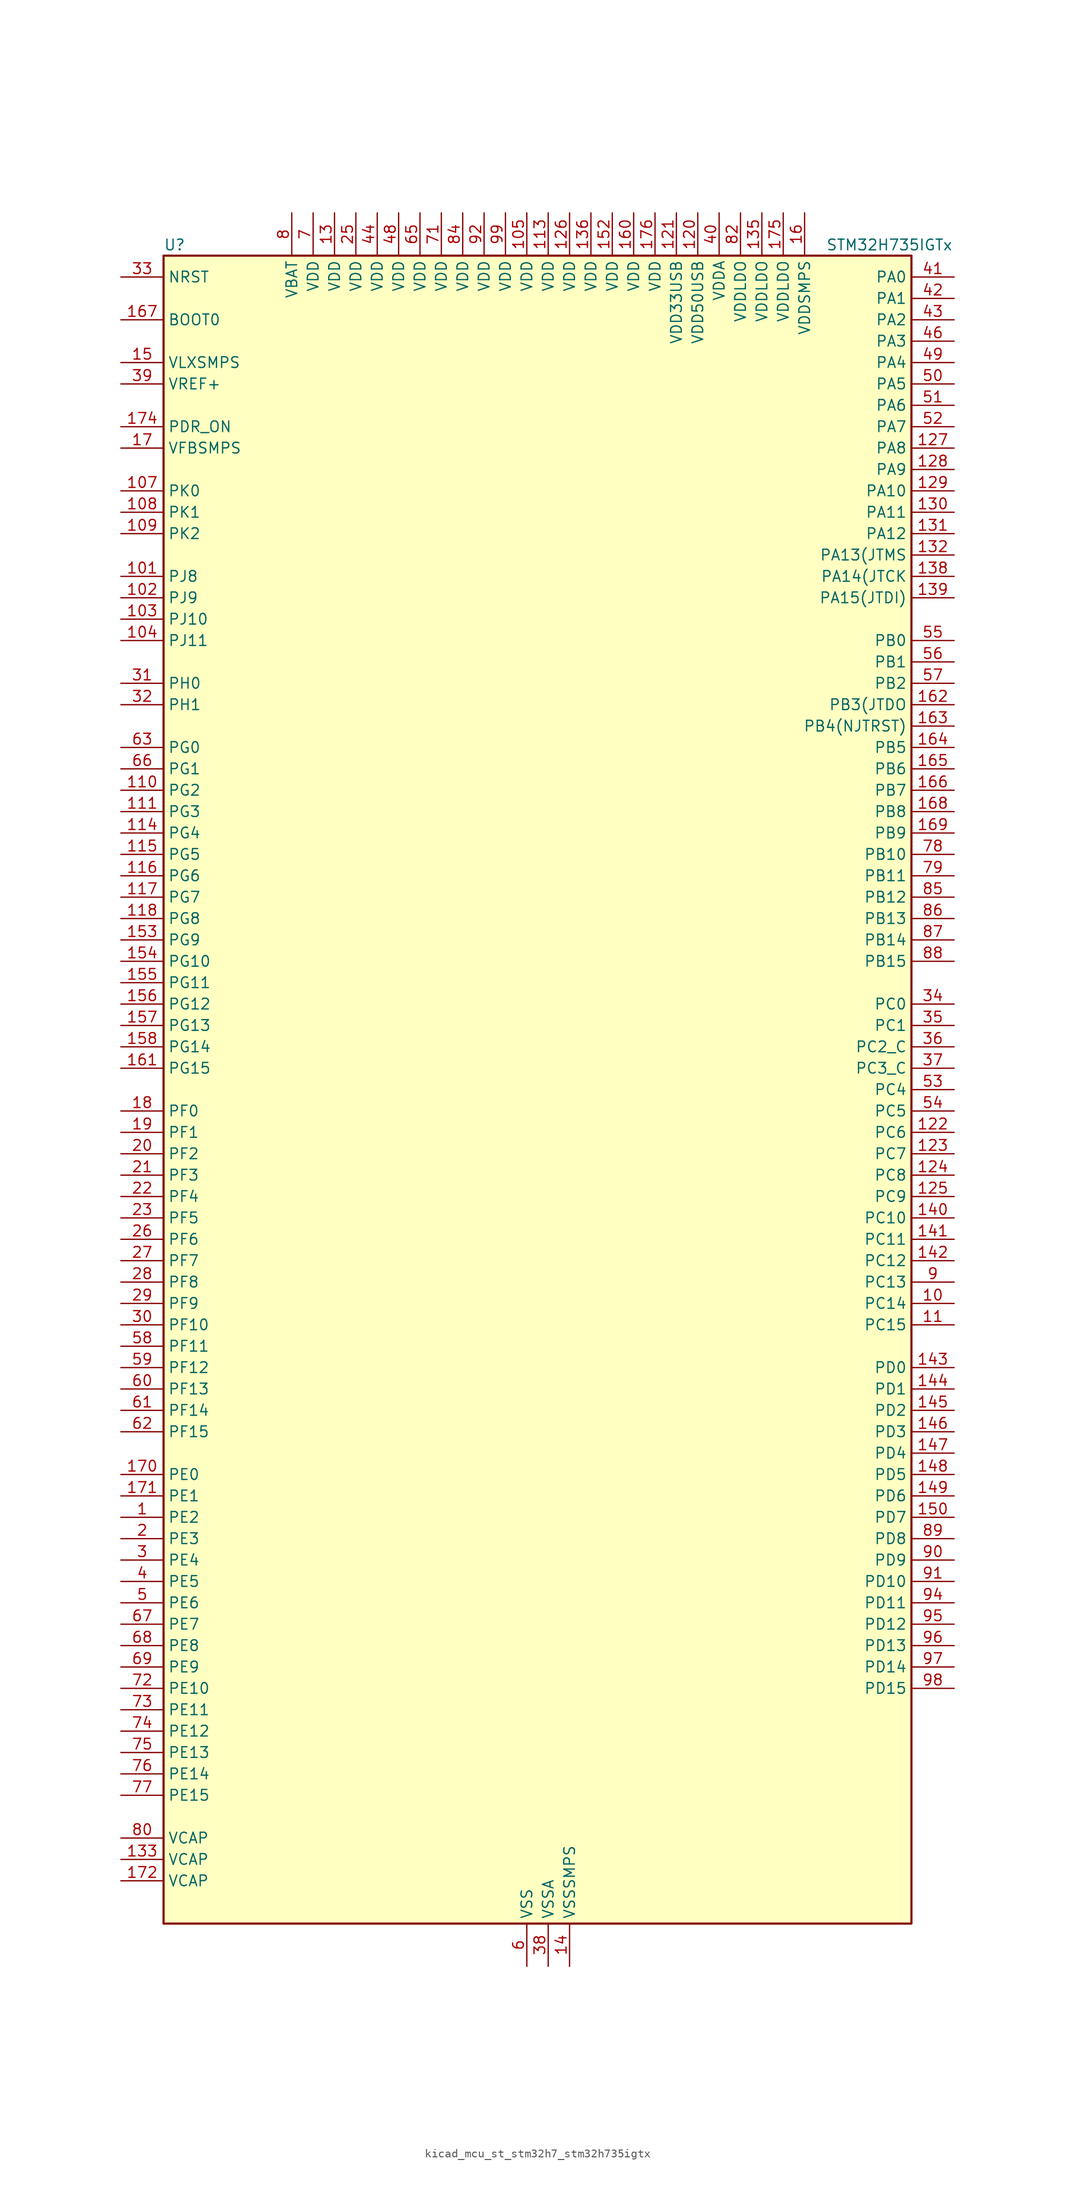
<source format=kicad_sym>
(kicad_symbol_lib
  (version 20220914)
  (generator kicad_symbol_editor)
  (symbol "kicad_mcu_st_stm32h7_stm32h735igtx"
    (property "Reference" "U"
      (at -43.18 100.33 0)
      (effects (font (size 1.27 1.27)) (justify left)))
    (property "Value" "STM32H735IGTx"
      (at 35.56 100.33 0)
      (effects (font (size 1.27 1.27)) (justify left)))
    (property "ki_locked" ""
      (at 0 0 0)
      (effects (font (size 1.27 1.27))))
    (symbol "kicad_mcu_st_stm32h7_stm32h735igtx_0_1"
      (rectangle (start -43.18 -99.06) (end 45.72 99.06) (stroke (width 0.254) (type default)) (fill (type background))))
    (symbol "kicad_mcu_st_stm32h7_stm32h735igtx_1_1"
      (pin bidirectional line (at -48.26 -50.8 0) (length 5.08) (name "PE2" (effects (font (size 1.27 1.27)))) (number "1" (effects (font (size 1.27 1.27)))) (alternate "DEBUG_TRACECLK" bidirectional line) (alternate "ETH_TXD3" bidirectional line) (alternate "FMC_A23" bidirectional line) (alternate "OCTOSPIM_P1_IO2" bidirectional line) (alternate "SAI1_CK1" bidirectional line) (alternate "SAI1_MCLK_A" bidirectional line) (alternate "SAI4_CK1" bidirectional line) (alternate "SAI4_MCLK_A" bidirectional line) (alternate "SPI4_SCK" bidirectional line) (alternate "USART10_RX" bidirectional line))
      (pin bidirectional line (at 50.8 -25.4 180) (length 5.08) (name "PC14" (effects (font (size 1.27 1.27)))) (number "10" (effects (font (size 1.27 1.27)))) (alternate "RCC_OSC32_IN" bidirectional line))
      (pin passive line (at 0 -104.14 90) (length 5.08) hide (name "VSS" (effects (font (size 1.27 1.27)))) (number "100" (effects (font (size 1.27 1.27)))))
      (pin bidirectional line (at -48.26 60.96 0) (length 5.08) (name "PJ8" (effects (font (size 1.27 1.27)))) (number "101" (effects (font (size 1.27 1.27)))) (alternate "LTDC_G1" bidirectional line) (alternate "TIM1_CH3N" bidirectional line) (alternate "TIM8_CH1" bidirectional line) (alternate "UART8_TX" bidirectional line))
      (pin bidirectional line (at -48.26 58.42 0) (length 5.08) (name "PJ9" (effects (font (size 1.27 1.27)))) (number "102" (effects (font (size 1.27 1.27)))) (alternate "DAC1_EXTI9" bidirectional line) (alternate "LTDC_G2" bidirectional line) (alternate "TIM1_CH3" bidirectional line) (alternate "TIM8_CH1N" bidirectional line) (alternate "UART8_RX" bidirectional line))
      (pin bidirectional line (at -48.26 55.88 0) (length 5.08) (name "PJ10" (effects (font (size 1.27 1.27)))) (number "103" (effects (font (size 1.27 1.27)))) (alternate "LTDC_G3" bidirectional line) (alternate "SPI5_MOSI" bidirectional line) (alternate "TIM1_CH2N" bidirectional line) (alternate "TIM8_CH2" bidirectional line))
      (pin bidirectional line (at -48.26 53.34 0) (length 5.08) (name "PJ11" (effects (font (size 1.27 1.27)))) (number "104" (effects (font (size 1.27 1.27)))) (alternate "ADC1_EXTI11" bidirectional line) (alternate "ADC2_EXTI11" bidirectional line) (alternate "ADC3_EXTI11" bidirectional line) (alternate "LTDC_G4" bidirectional line) (alternate "SPI5_MISO" bidirectional line) (alternate "TIM1_CH2" bidirectional line) (alternate "TIM8_CH2N" bidirectional line))
      (pin power_in line (at 0 104.14 270) (length 5.08) (name "VDD" (effects (font (size 1.27 1.27)))) (number "105" (effects (font (size 1.27 1.27)))))
      (pin passive line (at 0 -104.14 90) (length 5.08) hide (name "VSS" (effects (font (size 1.27 1.27)))) (number "106" (effects (font (size 1.27 1.27)))))
      (pin bidirectional line (at -48.26 71.12 0) (length 5.08) (name "PK0" (effects (font (size 1.27 1.27)))) (number "107" (effects (font (size 1.27 1.27)))) (alternate "LTDC_G5" bidirectional line) (alternate "SPI5_SCK" bidirectional line) (alternate "TIM1_CH1N" bidirectional line) (alternate "TIM8_CH3" bidirectional line))
      (pin bidirectional line (at -48.26 68.58 0) (length 5.08) (name "PK1" (effects (font (size 1.27 1.27)))) (number "108" (effects (font (size 1.27 1.27)))) (alternate "LTDC_G6" bidirectional line) (alternate "SPI5_NSS" bidirectional line) (alternate "TIM1_CH1" bidirectional line) (alternate "TIM8_CH3N" bidirectional line))
      (pin bidirectional line (at -48.26 66.04 0) (length 5.08) (name "PK2" (effects (font (size 1.27 1.27)))) (number "109" (effects (font (size 1.27 1.27)))) (alternate "LTDC_G7" bidirectional line) (alternate "TIM1_BKIN" bidirectional line) (alternate "TIM1_BKIN_COMP1" bidirectional line) (alternate "TIM1_BKIN_COMP2" bidirectional line) (alternate "TIM8_BKIN" bidirectional line) (alternate "TIM8_BKIN_COMP1" bidirectional line) (alternate "TIM8_BKIN_COMP2" bidirectional line))
      (pin bidirectional line (at 50.8 -27.94 180) (length 5.08) (name "PC15" (effects (font (size 1.27 1.27)))) (number "11" (effects (font (size 1.27 1.27)))) (alternate "ADC1_EXTI15" bidirectional line) (alternate "ADC2_EXTI15" bidirectional line) (alternate "ADC3_EXTI15" bidirectional line) (alternate "RCC_OSC32_OUT" bidirectional line))
      (pin bidirectional line (at -48.26 35.56 0) (length 5.08) (name "PG2" (effects (font (size 1.27 1.27)))) (number "110" (effects (font (size 1.27 1.27)))) (alternate "FMC_A12" bidirectional line) (alternate "TIM24_ETR" bidirectional line) (alternate "TIM8_BKIN" bidirectional line) (alternate "TIM8_BKIN_COMP1" bidirectional line) (alternate "TIM8_BKIN_COMP2" bidirectional line))
      (pin bidirectional line (at -48.26 33.02 0) (length 5.08) (name "PG3" (effects (font (size 1.27 1.27)))) (number "111" (effects (font (size 1.27 1.27)))) (alternate "FMC_A13" bidirectional line) (alternate "TIM23_ETR" bidirectional line) (alternate "TIM8_BKIN2" bidirectional line) (alternate "TIM8_BKIN2_COMP1" bidirectional line) (alternate "TIM8_BKIN2_COMP2" bidirectional line))
      (pin passive line (at 0 -104.14 90) (length 5.08) hide (name "VSS" (effects (font (size 1.27 1.27)))) (number "112" (effects (font (size 1.27 1.27)))))
      (pin power_in line (at 2.54 104.14 270) (length 5.08) (name "VDD" (effects (font (size 1.27 1.27)))) (number "113" (effects (font (size 1.27 1.27)))))
      (pin bidirectional line (at -48.26 30.48 0) (length 5.08) (name "PG4" (effects (font (size 1.27 1.27)))) (number "114" (effects (font (size 1.27 1.27)))) (alternate "FMC_A14" bidirectional line) (alternate "FMC_BA0" bidirectional line) (alternate "TIM1_BKIN2" bidirectional line) (alternate "TIM1_BKIN2_COMP1" bidirectional line) (alternate "TIM1_BKIN2_COMP2" bidirectional line))
      (pin bidirectional line (at -48.26 27.94 0) (length 5.08) (name "PG5" (effects (font (size 1.27 1.27)))) (number "115" (effects (font (size 1.27 1.27)))) (alternate "FMC_A15" bidirectional line) (alternate "FMC_BA1" bidirectional line) (alternate "TIM1_ETR" bidirectional line))
      (pin bidirectional line (at -48.26 25.4 0) (length 5.08) (name "PG6" (effects (font (size 1.27 1.27)))) (number "116" (effects (font (size 1.27 1.27)))) (alternate "DCMI_D12" bidirectional line) (alternate "FMC_NE3" bidirectional line) (alternate "LTDC_R7" bidirectional line) (alternate "OCTOSPIM_P1_NCS" bidirectional line) (alternate "PSSI_D12" bidirectional line) (alternate "TIM17_BKIN" bidirectional line))
      (pin bidirectional line (at -48.26 22.86 0) (length 5.08) (name "PG7" (effects (font (size 1.27 1.27)))) (number "117" (effects (font (size 1.27 1.27)))) (alternate "DCMI_D13" bidirectional line) (alternate "FMC_INT" bidirectional line) (alternate "LTDC_CLK" bidirectional line) (alternate "OCTOSPIM_P2_DQS" bidirectional line) (alternate "PSSI_D13" bidirectional line) (alternate "SAI1_MCLK_A" bidirectional line) (alternate "USART6_CK" bidirectional line))
      (pin bidirectional line (at -48.26 20.32 0) (length 5.08) (name "PG8" (effects (font (size 1.27 1.27)))) (number "118" (effects (font (size 1.27 1.27)))) (alternate "ETH_PPS_OUT" bidirectional line) (alternate "FMC_SDCLK" bidirectional line) (alternate "I2S6_WS" bidirectional line) (alternate "LTDC_G7" bidirectional line) (alternate "SPDIFRX1_IN2" bidirectional line) (alternate "SPI6_NSS" bidirectional line) (alternate "TIM8_ETR" bidirectional line) (alternate "USART6_DE" bidirectional line) (alternate "USART6_RTS" bidirectional line))
      (pin passive line (at 0 -104.14 90) (length 5.08) hide (name "VSS" (effects (font (size 1.27 1.27)))) (number "119" (effects (font (size 1.27 1.27)))))
      (pin passive line (at 0 -104.14 90) (length 5.08) hide (name "VSS" (effects (font (size 1.27 1.27)))) (number "12" (effects (font (size 1.27 1.27)))))
      (pin power_in line (at 20.32 104.14 270) (length 5.08) (name "VDD50USB" (effects (font (size 1.27 1.27)))) (number "120" (effects (font (size 1.27 1.27)))))
      (pin power_in line (at 17.78 104.14 270) (length 5.08) (name "VDD33USB" (effects (font (size 1.27 1.27)))) (number "121" (effects (font (size 1.27 1.27)))))
      (pin bidirectional line (at 50.8 -5.08 180) (length 5.08) (name "PC6" (effects (font (size 1.27 1.27)))) (number "122" (effects (font (size 1.27 1.27)))) (alternate "DCMI_D0" bidirectional line) (alternate "DFSDM1_CKIN3" bidirectional line) (alternate "FMC_NWAIT" bidirectional line) (alternate "I2S2_MCK" bidirectional line) (alternate "LTDC_HSYNC" bidirectional line) (alternate "PSSI_D0" bidirectional line) (alternate "SDMMC1_D0DIR" bidirectional line) (alternate "SDMMC1_D6" bidirectional line) (alternate "SDMMC2_D6" bidirectional line) (alternate "SWPMI1_IO" bidirectional line) (alternate "TIM3_CH1" bidirectional line) (alternate "TIM8_CH1" bidirectional line) (alternate "USART6_TX" bidirectional line))
      (pin bidirectional line (at 50.8 -7.62 180) (length 5.08) (name "PC7" (effects (font (size 1.27 1.27)))) (number "123" (effects (font (size 1.27 1.27)))) (alternate "DCMI_D1" bidirectional line) (alternate "DEBUG_TRGIO" bidirectional line) (alternate "DFSDM1_DATIN3" bidirectional line) (alternate "FMC_NE1" bidirectional line) (alternate "I2S3_MCK" bidirectional line) (alternate "LTDC_G6" bidirectional line) (alternate "PSSI_D1" bidirectional line) (alternate "SDMMC1_D123DIR" bidirectional line) (alternate "SDMMC1_D7" bidirectional line) (alternate "SDMMC2_D7" bidirectional line) (alternate "SWPMI1_TX" bidirectional line) (alternate "TIM3_CH2" bidirectional line) (alternate "TIM8_CH2" bidirectional line) (alternate "USART6_RX" bidirectional line))
      (pin bidirectional line (at 50.8 -10.16 180) (length 5.08) (name "PC8" (effects (font (size 1.27 1.27)))) (number "124" (effects (font (size 1.27 1.27)))) (alternate "DCMI_D2" bidirectional line) (alternate "DEBUG_TRACED1" bidirectional line) (alternate "FMC_INT" bidirectional line) (alternate "FMC_NCE" bidirectional line) (alternate "FMC_NE2" bidirectional line) (alternate "PSSI_D2" bidirectional line) (alternate "SDMMC1_D0" bidirectional line) (alternate "SWPMI1_RX" bidirectional line) (alternate "TIM3_CH3" bidirectional line) (alternate "TIM8_CH3" bidirectional line) (alternate "UART5_DE" bidirectional line) (alternate "UART5_RTS" bidirectional line) (alternate "USART6_CK" bidirectional line))
      (pin bidirectional line (at 50.8 -12.7 180) (length 5.08) (name "PC9" (effects (font (size 1.27 1.27)))) (number "125" (effects (font (size 1.27 1.27)))) (alternate "DAC1_EXTI9" bidirectional line) (alternate "DCMI_D3" bidirectional line) (alternate "I2C3_SDA" bidirectional line) (alternate "I2C5_SDA" bidirectional line) (alternate "I2S_CKIN" bidirectional line) (alternate "LTDC_B2" bidirectional line) (alternate "LTDC_G3" bidirectional line) (alternate "OCTOSPIM_P1_IO0" bidirectional line) (alternate "PSSI_D3" bidirectional line) (alternate "RCC_MCO_2" bidirectional line) (alternate "SDMMC1_D1" bidirectional line) (alternate "SWPMI1_SUSPEND" bidirectional line) (alternate "TIM3_CH4" bidirectional line) (alternate "TIM8_CH4" bidirectional line) (alternate "UART5_CTS" bidirectional line))
      (pin power_in line (at 5.08 104.14 270) (length 5.08) (name "VDD" (effects (font (size 1.27 1.27)))) (number "126" (effects (font (size 1.27 1.27)))))
      (pin bidirectional line (at 50.8 76.2 180) (length 5.08) (name "PA8" (effects (font (size 1.27 1.27)))) (number "127" (effects (font (size 1.27 1.27)))) (alternate "I2C3_SCL" bidirectional line) (alternate "I2C5_SCL" bidirectional line) (alternate "LTDC_B3" bidirectional line) (alternate "LTDC_R6" bidirectional line) (alternate "RCC_MCO_1" bidirectional line) (alternate "TIM1_CH1" bidirectional line) (alternate "TIM8_BKIN2" bidirectional line) (alternate "TIM8_BKIN2_COMP1" bidirectional line) (alternate "TIM8_BKIN2_COMP2" bidirectional line) (alternate "UART7_RX" bidirectional line) (alternate "USART1_CK" bidirectional line) (alternate "USB_OTG_HS_SOF" bidirectional line))
      (pin bidirectional line (at 50.8 73.66 180) (length 5.08) (name "PA9" (effects (font (size 1.27 1.27)))) (number "128" (effects (font (size 1.27 1.27)))) (alternate "DAC1_EXTI9" bidirectional line) (alternate "DCMI_D0" bidirectional line) (alternate "ETH_TX_ER" bidirectional line) (alternate "I2C3_SMBA" bidirectional line) (alternate "I2C5_SMBA" bidirectional line) (alternate "I2S2_CK" bidirectional line) (alternate "LPUART1_TX" bidirectional line) (alternate "LTDC_R5" bidirectional line) (alternate "PSSI_D0" bidirectional line) (alternate "SPI2_SCK" bidirectional line) (alternate "TIM1_CH2" bidirectional line) (alternate "USART1_TX" bidirectional line) (alternate "USB_OTG_HS_VBUS" bidirectional line))
      (pin bidirectional line (at 50.8 71.12 180) (length 5.08) (name "PA10" (effects (font (size 1.27 1.27)))) (number "129" (effects (font (size 1.27 1.27)))) (alternate "DCMI_D1" bidirectional line) (alternate "LPUART1_RX" bidirectional line) (alternate "LTDC_B1" bidirectional line) (alternate "LTDC_B4" bidirectional line) (alternate "MDIOS_MDIO" bidirectional line) (alternate "PSSI_D1" bidirectional line) (alternate "TIM1_CH3" bidirectional line) (alternate "USART1_RX" bidirectional line) (alternate "USB_OTG_HS_ID" bidirectional line))
      (pin power_in line (at -22.86 104.14 270) (length 5.08) (name "VDD" (effects (font (size 1.27 1.27)))) (number "13" (effects (font (size 1.27 1.27)))))
      (pin bidirectional line (at 50.8 68.58 180) (length 5.08) (name "PA11" (effects (font (size 1.27 1.27)))) (number "130" (effects (font (size 1.27 1.27)))) (alternate "ADC1_EXTI11" bidirectional line) (alternate "ADC2_EXTI11" bidirectional line) (alternate "ADC3_EXTI11" bidirectional line) (alternate "FDCAN1_RX" bidirectional line) (alternate "I2S2_WS" bidirectional line) (alternate "LPUART1_CTS" bidirectional line) (alternate "LTDC_R4" bidirectional line) (alternate "SPI2_NSS" bidirectional line) (alternate "TIM1_CH4" bidirectional line) (alternate "UART4_RX" bidirectional line) (alternate "USART1_CTS" bidirectional line) (alternate "USART1_NSS" bidirectional line) (alternate "USB_OTG_HS_DM" bidirectional line))
      (pin bidirectional line (at 50.8 66.04 180) (length 5.08) (name "PA12" (effects (font (size 1.27 1.27)))) (number "131" (effects (font (size 1.27 1.27)))) (alternate "FDCAN1_TX" bidirectional line) (alternate "I2S2_CK" bidirectional line) (alternate "LPUART1_DE" bidirectional line) (alternate "LPUART1_RTS" bidirectional line) (alternate "LTDC_R5" bidirectional line) (alternate "SAI4_FS_B" bidirectional line) (alternate "SPI2_SCK" bidirectional line) (alternate "TIM1_BKIN2" bidirectional line) (alternate "TIM1_ETR" bidirectional line) (alternate "UART4_TX" bidirectional line) (alternate "USART1_DE" bidirectional line) (alternate "USART1_RTS" bidirectional line) (alternate "USB_OTG_HS_DP" bidirectional line))
      (pin bidirectional line (at 50.8 63.5 180) (length 5.08) (name "PA13(JTMS" (effects (font (size 1.27 1.27)))) (number "132" (effects (font (size 1.27 1.27)))) (alternate "DEBUG_JTMS-SWDIO" bidirectional line))
      (pin power_out line (at -48.26 -91.44 0) (length 5.08) (name "VCAP" (effects (font (size 1.27 1.27)))) (number "133" (effects (font (size 1.27 1.27)))))
      (pin passive line (at 0 -104.14 90) (length 5.08) hide (name "VSS" (effects (font (size 1.27 1.27)))) (number "134" (effects (font (size 1.27 1.27)))))
      (pin power_in line (at 27.94 104.14 270) (length 5.08) (name "VDDLDO" (effects (font (size 1.27 1.27)))) (number "135" (effects (font (size 1.27 1.27)))))
      (pin power_in line (at 7.62 104.14 270) (length 5.08) (name "VDD" (effects (font (size 1.27 1.27)))) (number "136" (effects (font (size 1.27 1.27)))))
      (pin passive line (at 0 -104.14 90) (length 5.08) hide (name "VSS" (effects (font (size 1.27 1.27)))) (number "137" (effects (font (size 1.27 1.27)))))
      (pin bidirectional line (at 50.8 60.96 180) (length 5.08) (name "PA14(JTCK" (effects (font (size 1.27 1.27)))) (number "138" (effects (font (size 1.27 1.27)))) (alternate "DEBUG_JTCK-SWCLK" bidirectional line))
      (pin bidirectional line (at 50.8 58.42 180) (length 5.08) (name "PA15(JTDI)" (effects (font (size 1.27 1.27)))) (number "139" (effects (font (size 1.27 1.27)))) (alternate "ADC1_EXTI15" bidirectional line) (alternate "ADC2_EXTI15" bidirectional line) (alternate "ADC3_EXTI15" bidirectional line) (alternate "CEC" bidirectional line) (alternate "DEBUG_JTDI" bidirectional line) (alternate "I2S1_WS" bidirectional line) (alternate "I2S3_WS" bidirectional line) (alternate "I2S6_WS" bidirectional line) (alternate "LTDC_B6" bidirectional line) (alternate "LTDC_R3" bidirectional line) (alternate "SPI1_NSS" bidirectional line) (alternate "SPI3_NSS" bidirectional line) (alternate "SPI6_NSS" bidirectional line) (alternate "TIM2_CH1" bidirectional line) (alternate "TIM2_ETR" bidirectional line) (alternate "UART4_DE" bidirectional line) (alternate "UART4_RTS" bidirectional line) (alternate "UART7_TX" bidirectional line))
      (pin power_in line (at 5.08 -104.14 90) (length 5.08) (name "VSSSMPS" (effects (font (size 1.27 1.27)))) (number "14" (effects (font (size 1.27 1.27)))))
      (pin bidirectional line (at 50.8 -15.24 180) (length 5.08) (name "PC10" (effects (font (size 1.27 1.27)))) (number "140" (effects (font (size 1.27 1.27)))) (alternate "DCMI_D8" bidirectional line) (alternate "DFSDM1_CKIN5" bidirectional line) (alternate "I2C5_SDA" bidirectional line) (alternate "I2S3_CK" bidirectional line) (alternate "LTDC_B1" bidirectional line) (alternate "LTDC_R2" bidirectional line) (alternate "OCTOSPIM_P1_IO1" bidirectional line) (alternate "PSSI_D8" bidirectional line) (alternate "SDMMC1_D2" bidirectional line) (alternate "SPI3_SCK" bidirectional line) (alternate "SWPMI1_RX" bidirectional line) (alternate "UART4_TX" bidirectional line) (alternate "USART3_TX" bidirectional line))
      (pin bidirectional line (at 50.8 -17.78 180) (length 5.08) (name "PC11" (effects (font (size 1.27 1.27)))) (number "141" (effects (font (size 1.27 1.27)))) (alternate "ADC1_EXTI11" bidirectional line) (alternate "ADC2_EXTI11" bidirectional line) (alternate "ADC3_EXTI11" bidirectional line) (alternate "DCMI_D4" bidirectional line) (alternate "DFSDM1_DATIN5" bidirectional line) (alternate "I2C5_SCL" bidirectional line) (alternate "I2S3_SDI" bidirectional line) (alternate "LTDC_B4" bidirectional line) (alternate "OCTOSPIM_P1_NCS" bidirectional line) (alternate "PSSI_D4" bidirectional line) (alternate "SDMMC1_D3" bidirectional line) (alternate "SPI3_MISO" bidirectional line) (alternate "UART4_RX" bidirectional line) (alternate "USART3_RX" bidirectional line))
      (pin bidirectional line (at 50.8 -20.32 180) (length 5.08) (name "PC12" (effects (font (size 1.27 1.27)))) (number "142" (effects (font (size 1.27 1.27)))) (alternate "DCMI_D9" bidirectional line) (alternate "DEBUG_TRACED3" bidirectional line) (alternate "FMC_D6" bidirectional line) (alternate "FMC_DA6" bidirectional line) (alternate "I2C5_SMBA" bidirectional line) (alternate "I2S3_SDO" bidirectional line) (alternate "I2S6_CK" bidirectional line) (alternate "LTDC_R6" bidirectional line) (alternate "PSSI_D9" bidirectional line) (alternate "SDMMC1_CK" bidirectional line) (alternate "SPI3_MOSI" bidirectional line) (alternate "SPI6_SCK" bidirectional line) (alternate "TIM15_CH1" bidirectional line) (alternate "UART5_TX" bidirectional line) (alternate "USART3_CK" bidirectional line))
      (pin bidirectional line (at 50.8 -33.02 180) (length 5.08) (name "PD0" (effects (font (size 1.27 1.27)))) (number "143" (effects (font (size 1.27 1.27)))) (alternate "DFSDM1_CKIN6" bidirectional line) (alternate "FDCAN1_RX" bidirectional line) (alternate "FMC_D2" bidirectional line) (alternate "FMC_DA2" bidirectional line) (alternate "LTDC_B1" bidirectional line) (alternate "UART4_RX" bidirectional line) (alternate "UART9_CTS" bidirectional line))
      (pin bidirectional line (at 50.8 -35.56 180) (length 5.08) (name "PD1" (effects (font (size 1.27 1.27)))) (number "144" (effects (font (size 1.27 1.27)))) (alternate "DFSDM1_DATIN6" bidirectional line) (alternate "FDCAN1_TX" bidirectional line) (alternate "FMC_D3" bidirectional line) (alternate "FMC_DA3" bidirectional line) (alternate "UART4_TX" bidirectional line))
      (pin bidirectional line (at 50.8 -38.1 180) (length 5.08) (name "PD2" (effects (font (size 1.27 1.27)))) (number "145" (effects (font (size 1.27 1.27)))) (alternate "DCMI_D11" bidirectional line) (alternate "DEBUG_TRACED2" bidirectional line) (alternate "FMC_D7" bidirectional line) (alternate "FMC_DA7" bidirectional line) (alternate "LTDC_B2" bidirectional line) (alternate "LTDC_B7" bidirectional line) (alternate "PSSI_D11" bidirectional line) (alternate "SDMMC1_CMD" bidirectional line) (alternate "TIM15_BKIN" bidirectional line) (alternate "TIM3_ETR" bidirectional line) (alternate "UART5_RX" bidirectional line))
      (pin bidirectional line (at 50.8 -40.64 180) (length 5.08) (name "PD3" (effects (font (size 1.27 1.27)))) (number "146" (effects (font (size 1.27 1.27)))) (alternate "DCMI_D5" bidirectional line) (alternate "DFSDM1_CKOUT" bidirectional line) (alternate "FMC_CLK" bidirectional line) (alternate "I2S2_CK" bidirectional line) (alternate "LTDC_G7" bidirectional line) (alternate "PSSI_D5" bidirectional line) (alternate "SPI2_SCK" bidirectional line) (alternate "USART2_CTS" bidirectional line) (alternate "USART2_NSS" bidirectional line))
      (pin bidirectional line (at 50.8 -43.18 180) (length 5.08) (name "PD4" (effects (font (size 1.27 1.27)))) (number "147" (effects (font (size 1.27 1.27)))) (alternate "FMC_NOE" bidirectional line) (alternate "OCTOSPIM_P1_IO4" bidirectional line) (alternate "USART2_DE" bidirectional line) (alternate "USART2_RTS" bidirectional line))
      (pin bidirectional line (at 50.8 -45.72 180) (length 5.08) (name "PD5" (effects (font (size 1.27 1.27)))) (number "148" (effects (font (size 1.27 1.27)))) (alternate "FMC_NWE" bidirectional line) (alternate "OCTOSPIM_P1_IO5" bidirectional line) (alternate "USART2_TX" bidirectional line))
      (pin bidirectional line (at 50.8 -48.26 180) (length 5.08) (name "PD6" (effects (font (size 1.27 1.27)))) (number "149" (effects (font (size 1.27 1.27)))) (alternate "DCMI_D10" bidirectional line) (alternate "DFSDM1_CKIN4" bidirectional line) (alternate "DFSDM1_DATIN1" bidirectional line) (alternate "FMC_NWAIT" bidirectional line) (alternate "I2S3_SDO" bidirectional line) (alternate "LTDC_B2" bidirectional line) (alternate "OCTOSPIM_P1_IO6" bidirectional line) (alternate "PSSI_D10" bidirectional line) (alternate "SAI1_D1" bidirectional line) (alternate "SAI1_SD_A" bidirectional line) (alternate "SAI4_D1" bidirectional line) (alternate "SAI4_SD_A" bidirectional line) (alternate "SDMMC2_CK" bidirectional line) (alternate "SPI3_MOSI" bidirectional line) (alternate "USART2_RX" bidirectional line))
      (pin power_in line (at -48.26 86.36 0) (length 5.08) (name "VLXSMPS" (effects (font (size 1.27 1.27)))) (number "15" (effects (font (size 1.27 1.27)))))
      (pin bidirectional line (at 50.8 -50.8 180) (length 5.08) (name "PD7" (effects (font (size 1.27 1.27)))) (number "150" (effects (font (size 1.27 1.27)))) (alternate "DFSDM1_CKIN1" bidirectional line) (alternate "DFSDM1_DATIN4" bidirectional line) (alternate "FMC_NE1" bidirectional line) (alternate "I2S1_SDO" bidirectional line) (alternate "OCTOSPIM_P1_IO7" bidirectional line) (alternate "SDMMC2_CMD" bidirectional line) (alternate "SPDIFRX1_IN0" bidirectional line) (alternate "SPI1_MOSI" bidirectional line) (alternate "USART2_CK" bidirectional line))
      (pin passive line (at 0 -104.14 90) (length 5.08) hide (name "VSS" (effects (font (size 1.27 1.27)))) (number "151" (effects (font (size 1.27 1.27)))))
      (pin power_in line (at 10.16 104.14 270) (length 5.08) (name "VDD" (effects (font (size 1.27 1.27)))) (number "152" (effects (font (size 1.27 1.27)))))
      (pin bidirectional line (at -48.26 17.78 0) (length 5.08) (name "PG9" (effects (font (size 1.27 1.27)))) (number "153" (effects (font (size 1.27 1.27)))) (alternate "DAC1_EXTI9" bidirectional line) (alternate "DCMI_VSYNC" bidirectional line) (alternate "FDCAN3_TX" bidirectional line) (alternate "FMC_NCE" bidirectional line) (alternate "FMC_NE2" bidirectional line) (alternate "I2S1_SDI" bidirectional line) (alternate "OCTOSPIM_P1_IO6" bidirectional line) (alternate "PSSI_RDY" bidirectional line) (alternate "SAI4_FS_B" bidirectional line) (alternate "SDMMC2_D0" bidirectional line) (alternate "SPDIFRX1_IN3" bidirectional line) (alternate "SPI1_MISO" bidirectional line) (alternate "USART6_RX" bidirectional line))
      (pin bidirectional line (at -48.26 15.24 0) (length 5.08) (name "PG10" (effects (font (size 1.27 1.27)))) (number "154" (effects (font (size 1.27 1.27)))) (alternate "DCMI_D2" bidirectional line) (alternate "FDCAN3_RX" bidirectional line) (alternate "FMC_NE3" bidirectional line) (alternate "I2S1_WS" bidirectional line) (alternate "LTDC_B2" bidirectional line) (alternate "LTDC_G3" bidirectional line) (alternate "OCTOSPIM_P2_IO6" bidirectional line) (alternate "PSSI_D2" bidirectional line) (alternate "SAI4_SD_B" bidirectional line) (alternate "SDMMC2_D1" bidirectional line) (alternate "SPI1_NSS" bidirectional line))
      (pin bidirectional line (at -48.26 12.7 0) (length 5.08) (name "PG11" (effects (font (size 1.27 1.27)))) (number "155" (effects (font (size 1.27 1.27)))) (alternate "ADC1_EXTI11" bidirectional line) (alternate "ADC2_EXTI11" bidirectional line) (alternate "ADC3_EXTI11" bidirectional line) (alternate "DCMI_D3" bidirectional line) (alternate "ETH_TX_EN" bidirectional line) (alternate "I2S1_CK" bidirectional line) (alternate "LPTIM1_IN2" bidirectional line) (alternate "LTDC_B3" bidirectional line) (alternate "OCTOSPIM_P2_IO7" bidirectional line) (alternate "PSSI_D3" bidirectional line) (alternate "SDMMC2_D2" bidirectional line) (alternate "SPDIFRX1_IN0" bidirectional line) (alternate "SPI1_SCK" bidirectional line) (alternate "USART10_RX" bidirectional line))
      (pin bidirectional line (at -48.26 10.16 0) (length 5.08) (name "PG12" (effects (font (size 1.27 1.27)))) (number "156" (effects (font (size 1.27 1.27)))) (alternate "ETH_TXD1" bidirectional line) (alternate "FMC_NE4" bidirectional line) (alternate "I2S6_SDI" bidirectional line) (alternate "LPTIM1_IN1" bidirectional line) (alternate "LTDC_B1" bidirectional line) (alternate "LTDC_B4" bidirectional line) (alternate "OCTOSPIM_P2_NCS" bidirectional line) (alternate "SDMMC2_D3" bidirectional line) (alternate "SPDIFRX1_IN1" bidirectional line) (alternate "SPI6_MISO" bidirectional line) (alternate "TIM23_CH1" bidirectional line) (alternate "USART10_TX" bidirectional line) (alternate "USART6_DE" bidirectional line) (alternate "USART6_RTS" bidirectional line))
      (pin bidirectional line (at -48.26 7.62 0) (length 5.08) (name "PG13" (effects (font (size 1.27 1.27)))) (number "157" (effects (font (size 1.27 1.27)))) (alternate "DEBUG_TRACED0" bidirectional line) (alternate "ETH_TXD0" bidirectional line) (alternate "FMC_A24" bidirectional line) (alternate "I2S6_CK" bidirectional line) (alternate "LPTIM1_OUT" bidirectional line) (alternate "LTDC_R0" bidirectional line) (alternate "SDMMC2_D6" bidirectional line) (alternate "SPI6_SCK" bidirectional line) (alternate "TIM23_CH2" bidirectional line) (alternate "USART10_CTS" bidirectional line) (alternate "USART10_NSS" bidirectional line) (alternate "USART6_CTS" bidirectional line) (alternate "USART6_NSS" bidirectional line))
      (pin bidirectional line (at -48.26 5.08 0) (length 5.08) (name "PG14" (effects (font (size 1.27 1.27)))) (number "158" (effects (font (size 1.27 1.27)))) (alternate "DEBUG_TRACED1" bidirectional line) (alternate "ETH_TXD1" bidirectional line) (alternate "FMC_A25" bidirectional line) (alternate "I2S6_SDO" bidirectional line) (alternate "LPTIM1_ETR" bidirectional line) (alternate "LTDC_B0" bidirectional line) (alternate "OCTOSPIM_P1_IO7" bidirectional line) (alternate "SDMMC2_D7" bidirectional line) (alternate "SPI6_MOSI" bidirectional line) (alternate "TIM23_CH3" bidirectional line) (alternate "USART10_DE" bidirectional line) (alternate "USART10_RTS" bidirectional line) (alternate "USART6_TX" bidirectional line))
      (pin passive line (at 0 -104.14 90) (length 5.08) hide (name "VSS" (effects (font (size 1.27 1.27)))) (number "159" (effects (font (size 1.27 1.27)))))
      (pin power_in line (at 33.02 104.14 270) (length 5.08) (name "VDDSMPS" (effects (font (size 1.27 1.27)))) (number "16" (effects (font (size 1.27 1.27)))))
      (pin power_in line (at 12.7 104.14 270) (length 5.08) (name "VDD" (effects (font (size 1.27 1.27)))) (number "160" (effects (font (size 1.27 1.27)))))
      (pin bidirectional line (at -48.26 2.54 0) (length 5.08) (name "PG15" (effects (font (size 1.27 1.27)))) (number "161" (effects (font (size 1.27 1.27)))) (alternate "ADC1_EXTI15" bidirectional line) (alternate "ADC2_EXTI15" bidirectional line) (alternate "ADC3_EXTI15" bidirectional line) (alternate "DCMI_D13" bidirectional line) (alternate "FMC_SDNCAS" bidirectional line) (alternate "OCTOSPIM_P2_DQS" bidirectional line) (alternate "PSSI_D13" bidirectional line) (alternate "USART10_CK" bidirectional line) (alternate "USART6_CTS" bidirectional line) (alternate "USART6_NSS" bidirectional line))
      (pin bidirectional line (at 50.8 45.72 180) (length 5.08) (name "PB3(JTDO" (effects (font (size 1.27 1.27)))) (number "162" (effects (font (size 1.27 1.27)))) (alternate "CRS_SYNC" bidirectional line) (alternate "DEBUG_JTDO-SWO" bidirectional line) (alternate "I2S1_CK" bidirectional line) (alternate "I2S3_CK" bidirectional line) (alternate "I2S6_CK" bidirectional line) (alternate "SDMMC2_D2" bidirectional line) (alternate "SPI1_SCK" bidirectional line) (alternate "SPI3_SCK" bidirectional line) (alternate "SPI6_SCK" bidirectional line) (alternate "TIM24_ETR" bidirectional line) (alternate "TIM2_CH2" bidirectional line) (alternate "UART7_RX" bidirectional line))
      (pin bidirectional line (at 50.8 43.18 180) (length 5.08) (name "PB4(NJTRST)" (effects (font (size 1.27 1.27)))) (number "163" (effects (font (size 1.27 1.27)))) (alternate "DEBUG_JTRST" bidirectional line) (alternate "I2S1_SDI" bidirectional line) (alternate "I2S2_WS" bidirectional line) (alternate "I2S3_SDI" bidirectional line) (alternate "I2S6_SDI" bidirectional line) (alternate "SDMMC2_D3" bidirectional line) (alternate "SPI1_MISO" bidirectional line) (alternate "SPI2_NSS" bidirectional line) (alternate "SPI3_MISO" bidirectional line) (alternate "SPI6_MISO" bidirectional line) (alternate "TIM16_BKIN" bidirectional line) (alternate "TIM3_CH1" bidirectional line) (alternate "UART7_TX" bidirectional line))
      (pin bidirectional line (at 50.8 40.64 180) (length 5.08) (name "PB5" (effects (font (size 1.27 1.27)))) (number "164" (effects (font (size 1.27 1.27)))) (alternate "DCMI_D10" bidirectional line) (alternate "ETH_PPS_OUT" bidirectional line) (alternate "FDCAN2_RX" bidirectional line) (alternate "FMC_SDCKE1" bidirectional line) (alternate "I2C1_SMBA" bidirectional line) (alternate "I2C4_SMBA" bidirectional line) (alternate "I2S1_SDO" bidirectional line) (alternate "I2S3_SDO" bidirectional line) (alternate "I2S6_SDO" bidirectional line) (alternate "LTDC_B5" bidirectional line) (alternate "PSSI_D10" bidirectional line) (alternate "SPI1_MOSI" bidirectional line) (alternate "SPI3_MOSI" bidirectional line) (alternate "SPI6_MOSI" bidirectional line) (alternate "TIM17_BKIN" bidirectional line) (alternate "TIM3_CH2" bidirectional line) (alternate "UART5_RX" bidirectional line) (alternate "USB_OTG_HS_ULPI_D7" bidirectional line))
      (pin bidirectional line (at 50.8 38.1 180) (length 5.08) (name "PB6" (effects (font (size 1.27 1.27)))) (number "165" (effects (font (size 1.27 1.27)))) (alternate "CEC" bidirectional line) (alternate "DCMI_D5" bidirectional line) (alternate "DFSDM1_DATIN5" bidirectional line) (alternate "FDCAN2_TX" bidirectional line) (alternate "FMC_SDNE1" bidirectional line) (alternate "I2C1_SCL" bidirectional line) (alternate "I2C4_SCL" bidirectional line) (alternate "LPUART1_TX" bidirectional line) (alternate "OCTOSPIM_P1_NCS" bidirectional line) (alternate "PSSI_D5" bidirectional line) (alternate "TIM16_CH1N" bidirectional line) (alternate "TIM4_CH1" bidirectional line) (alternate "UART5_TX" bidirectional line) (alternate "USART1_TX" bidirectional line))
      (pin bidirectional line (at 50.8 35.56 180) (length 5.08) (name "PB7" (effects (font (size 1.27 1.27)))) (number "166" (effects (font (size 1.27 1.27)))) (alternate "DCMI_VSYNC" bidirectional line) (alternate "DFSDM1_CKIN5" bidirectional line) (alternate "FMC_NL" bidirectional line) (alternate "I2C1_SDA" bidirectional line) (alternate "I2C4_SDA" bidirectional line) (alternate "LPUART1_RX" bidirectional line) (alternate "PSSI_RDY" bidirectional line) (alternate "PWR_PVD_IN" bidirectional line) (alternate "TIM17_CH1N" bidirectional line) (alternate "TIM4_CH2" bidirectional line) (alternate "USART1_RX" bidirectional line))
      (pin input line (at -48.26 91.44 0) (length 5.08) (name "BOOT0" (effects (font (size 1.27 1.27)))) (number "167" (effects (font (size 1.27 1.27)))))
      (pin bidirectional line (at 50.8 33.02 180) (length 5.08) (name "PB8" (effects (font (size 1.27 1.27)))) (number "168" (effects (font (size 1.27 1.27)))) (alternate "DCMI_D6" bidirectional line) (alternate "DFSDM1_CKIN7" bidirectional line) (alternate "ETH_TXD3" bidirectional line) (alternate "FDCAN1_RX" bidirectional line) (alternate "I2C1_SCL" bidirectional line) (alternate "I2C4_SCL" bidirectional line) (alternate "LTDC_B6" bidirectional line) (alternate "PSSI_D6" bidirectional line) (alternate "SDMMC1_CKIN" bidirectional line) (alternate "SDMMC1_D4" bidirectional line) (alternate "SDMMC2_D4" bidirectional line) (alternate "TIM16_CH1" bidirectional line) (alternate "TIM4_CH3" bidirectional line) (alternate "UART4_RX" bidirectional line))
      (pin bidirectional line (at 50.8 30.48 180) (length 5.08) (name "PB9" (effects (font (size 1.27 1.27)))) (number "169" (effects (font (size 1.27 1.27)))) (alternate "DAC1_EXTI9" bidirectional line) (alternate "DCMI_D7" bidirectional line) (alternate "DFSDM1_DATIN7" bidirectional line) (alternate "FDCAN1_TX" bidirectional line) (alternate "I2C1_SDA" bidirectional line) (alternate "I2C4_SDA" bidirectional line) (alternate "I2C4_SMBA" bidirectional line) (alternate "I2S2_WS" bidirectional line) (alternate "LTDC_B7" bidirectional line) (alternate "PSSI_D7" bidirectional line) (alternate "SDMMC1_CDIR" bidirectional line) (alternate "SDMMC1_D5" bidirectional line) (alternate "SDMMC2_D5" bidirectional line) (alternate "SPI2_NSS" bidirectional line) (alternate "TIM17_CH1" bidirectional line) (alternate "TIM4_CH4" bidirectional line) (alternate "UART4_TX" bidirectional line))
      (pin input line (at -48.26 76.2 0) (length 5.08) (name "VFBSMPS" (effects (font (size 1.27 1.27)))) (number "17" (effects (font (size 1.27 1.27)))))
      (pin bidirectional line (at -48.26 -45.72 0) (length 5.08) (name "PE0" (effects (font (size 1.27 1.27)))) (number "170" (effects (font (size 1.27 1.27)))) (alternate "DCMI_D2" bidirectional line) (alternate "FMC_NBL0" bidirectional line) (alternate "LPTIM1_ETR" bidirectional line) (alternate "LPTIM2_ETR" bidirectional line) (alternate "LTDC_R0" bidirectional line) (alternate "PSSI_D2" bidirectional line) (alternate "SAI4_MCLK_A" bidirectional line) (alternate "TIM4_ETR" bidirectional line) (alternate "UART8_RX" bidirectional line))
      (pin bidirectional line (at -48.26 -48.26 0) (length 5.08) (name "PE1" (effects (font (size 1.27 1.27)))) (number "171" (effects (font (size 1.27 1.27)))) (alternate "DCMI_D3" bidirectional line) (alternate "FMC_NBL1" bidirectional line) (alternate "LPTIM1_IN2" bidirectional line) (alternate "LTDC_R6" bidirectional line) (alternate "PSSI_D3" bidirectional line) (alternate "UART8_TX" bidirectional line))
      (pin power_out line (at -48.26 -93.98 0) (length 5.08) (name "VCAP" (effects (font (size 1.27 1.27)))) (number "172" (effects (font (size 1.27 1.27)))))
      (pin passive line (at 0 -104.14 90) (length 5.08) hide (name "VSS" (effects (font (size 1.27 1.27)))) (number "173" (effects (font (size 1.27 1.27)))))
      (pin input line (at -48.26 78.74 0) (length 5.08) (name "PDR_ON" (effects (font (size 1.27 1.27)))) (number "174" (effects (font (size 1.27 1.27)))))
      (pin power_in line (at 30.48 104.14 270) (length 5.08) (name "VDDLDO" (effects (font (size 1.27 1.27)))) (number "175" (effects (font (size 1.27 1.27)))))
      (pin power_in line (at 15.24 104.14 270) (length 5.08) (name "VDD" (effects (font (size 1.27 1.27)))) (number "176" (effects (font (size 1.27 1.27)))))
      (pin bidirectional line (at -48.26 -2.54 0) (length 5.08) (name "PF0" (effects (font (size 1.27 1.27)))) (number "18" (effects (font (size 1.27 1.27)))) (alternate "FMC_A0" bidirectional line) (alternate "I2C2_SDA" bidirectional line) (alternate "I2C5_SDA" bidirectional line) (alternate "OCTOSPIM_P2_IO0" bidirectional line) (alternate "TIM23_CH1" bidirectional line))
      (pin bidirectional line (at -48.26 -5.08 0) (length 5.08) (name "PF1" (effects (font (size 1.27 1.27)))) (number "19" (effects (font (size 1.27 1.27)))) (alternate "FMC_A1" bidirectional line) (alternate "I2C2_SCL" bidirectional line) (alternate "I2C5_SCL" bidirectional line) (alternate "OCTOSPIM_P2_IO1" bidirectional line) (alternate "TIM23_CH2" bidirectional line))
      (pin bidirectional line (at -48.26 -53.34 0) (length 5.08) (name "PE3" (effects (font (size 1.27 1.27)))) (number "2" (effects (font (size 1.27 1.27)))) (alternate "DEBUG_TRACED0" bidirectional line) (alternate "FMC_A19" bidirectional line) (alternate "SAI1_SD_B" bidirectional line) (alternate "SAI4_SD_B" bidirectional line) (alternate "TIM15_BKIN" bidirectional line) (alternate "USART10_TX" bidirectional line))
      (pin bidirectional line (at -48.26 -7.62 0) (length 5.08) (name "PF2" (effects (font (size 1.27 1.27)))) (number "20" (effects (font (size 1.27 1.27)))) (alternate "FMC_A2" bidirectional line) (alternate "I2C2_SMBA" bidirectional line) (alternate "I2C5_SMBA" bidirectional line) (alternate "OCTOSPIM_P2_IO2" bidirectional line) (alternate "TIM23_CH3" bidirectional line))
      (pin bidirectional line (at -48.26 -10.16 0) (length 5.08) (name "PF3" (effects (font (size 1.27 1.27)))) (number "21" (effects (font (size 1.27 1.27)))) (alternate "ADC3_INP5" bidirectional line) (alternate "FMC_A3" bidirectional line) (alternate "OCTOSPIM_P2_IO3" bidirectional line) (alternate "TIM23_CH4" bidirectional line))
      (pin bidirectional line (at -48.26 -12.7 0) (length 5.08) (name "PF4" (effects (font (size 1.27 1.27)))) (number "22" (effects (font (size 1.27 1.27)))) (alternate "ADC3_INN5" bidirectional line) (alternate "ADC3_INP9" bidirectional line) (alternate "FMC_A4" bidirectional line) (alternate "OCTOSPIM_P2_CLK" bidirectional line))
      (pin bidirectional line (at -48.26 -15.24 0) (length 5.08) (name "PF5" (effects (font (size 1.27 1.27)))) (number "23" (effects (font (size 1.27 1.27)))) (alternate "ADC3_INP4" bidirectional line) (alternate "FMC_A5" bidirectional line) (alternate "OCTOSPIM_P2_NCLK" bidirectional line))
      (pin passive line (at 0 -104.14 90) (length 5.08) hide (name "VSS" (effects (font (size 1.27 1.27)))) (number "24" (effects (font (size 1.27 1.27)))))
      (pin power_in line (at -20.32 104.14 270) (length 5.08) (name "VDD" (effects (font (size 1.27 1.27)))) (number "25" (effects (font (size 1.27 1.27)))))
      (pin bidirectional line (at -48.26 -17.78 0) (length 5.08) (name "PF6" (effects (font (size 1.27 1.27)))) (number "26" (effects (font (size 1.27 1.27)))) (alternate "ADC3_INN4" bidirectional line) (alternate "ADC3_INP8" bidirectional line) (alternate "FDCAN3_RX" bidirectional line) (alternate "OCTOSPIM_P1_IO3" bidirectional line) (alternate "SAI1_SD_B" bidirectional line) (alternate "SAI4_SD_B" bidirectional line) (alternate "SPI5_NSS" bidirectional line) (alternate "TIM16_CH1" bidirectional line) (alternate "TIM23_CH1" bidirectional line) (alternate "UART7_RX" bidirectional line))
      (pin bidirectional line (at -48.26 -20.32 0) (length 5.08) (name "PF7" (effects (font (size 1.27 1.27)))) (number "27" (effects (font (size 1.27 1.27)))) (alternate "ADC3_INP3" bidirectional line) (alternate "FDCAN3_TX" bidirectional line) (alternate "OCTOSPIM_P1_IO2" bidirectional line) (alternate "SAI1_MCLK_B" bidirectional line) (alternate "SAI4_MCLK_B" bidirectional line) (alternate "SPI5_SCK" bidirectional line) (alternate "TIM17_CH1" bidirectional line) (alternate "TIM23_CH2" bidirectional line) (alternate "UART7_TX" bidirectional line))
      (pin bidirectional line (at -48.26 -22.86 0) (length 5.08) (name "PF8" (effects (font (size 1.27 1.27)))) (number "28" (effects (font (size 1.27 1.27)))) (alternate "ADC3_INN3" bidirectional line) (alternate "ADC3_INP7" bidirectional line) (alternate "OCTOSPIM_P1_IO0" bidirectional line) (alternate "SAI1_SCK_B" bidirectional line) (alternate "SAI4_SCK_B" bidirectional line) (alternate "SPI5_MISO" bidirectional line) (alternate "TIM13_CH1" bidirectional line) (alternate "TIM16_CH1N" bidirectional line) (alternate "TIM23_CH3" bidirectional line) (alternate "UART7_DE" bidirectional line) (alternate "UART7_RTS" bidirectional line))
      (pin bidirectional line (at -48.26 -25.4 0) (length 5.08) (name "PF9" (effects (font (size 1.27 1.27)))) (number "29" (effects (font (size 1.27 1.27)))) (alternate "ADC3_INP2" bidirectional line) (alternate "DAC1_EXTI9" bidirectional line) (alternate "OCTOSPIM_P1_IO1" bidirectional line) (alternate "SAI1_FS_B" bidirectional line) (alternate "SAI4_FS_B" bidirectional line) (alternate "SPI5_MOSI" bidirectional line) (alternate "TIM14_CH1" bidirectional line) (alternate "TIM17_CH1N" bidirectional line) (alternate "TIM23_CH4" bidirectional line) (alternate "UART7_CTS" bidirectional line))
      (pin bidirectional line (at -48.26 -55.88 0) (length 5.08) (name "PE4" (effects (font (size 1.27 1.27)))) (number "3" (effects (font (size 1.27 1.27)))) (alternate "DCMI_D4" bidirectional line) (alternate "DEBUG_TRACED1" bidirectional line) (alternate "DFSDM1_DATIN3" bidirectional line) (alternate "FMC_A20" bidirectional line) (alternate "LTDC_B0" bidirectional line) (alternate "PSSI_D4" bidirectional line) (alternate "SAI1_D2" bidirectional line) (alternate "SAI1_FS_A" bidirectional line) (alternate "SAI4_D2" bidirectional line) (alternate "SAI4_FS_A" bidirectional line) (alternate "SPI4_NSS" bidirectional line) (alternate "TIM15_CH1N" bidirectional line))
      (pin bidirectional line (at -48.26 -27.94 0) (length 5.08) (name "PF10" (effects (font (size 1.27 1.27)))) (number "30" (effects (font (size 1.27 1.27)))) (alternate "ADC3_INN2" bidirectional line) (alternate "ADC3_INP6" bidirectional line) (alternate "DCMI_D11" bidirectional line) (alternate "LTDC_DE" bidirectional line) (alternate "OCTOSPIM_P1_CLK" bidirectional line) (alternate "PSSI_D11" bidirectional line) (alternate "PSSI_D15" bidirectional line) (alternate "SAI1_D3" bidirectional line) (alternate "SAI4_D3" bidirectional line) (alternate "TIM16_BKIN" bidirectional line))
      (pin bidirectional line (at -48.26 48.26 0) (length 5.08) (name "PH0" (effects (font (size 1.27 1.27)))) (number "31" (effects (font (size 1.27 1.27)))) (alternate "RCC_OSC_IN" bidirectional line))
      (pin bidirectional line (at -48.26 45.72 0) (length 5.08) (name "PH1" (effects (font (size 1.27 1.27)))) (number "32" (effects (font (size 1.27 1.27)))) (alternate "RCC_OSC_OUT" bidirectional line))
      (pin input line (at -48.26 96.52 0) (length 5.08) (name "NRST" (effects (font (size 1.27 1.27)))) (number "33" (effects (font (size 1.27 1.27)))))
      (pin bidirectional line (at 50.8 10.16 180) (length 5.08) (name "PC0" (effects (font (size 1.27 1.27)))) (number "34" (effects (font (size 1.27 1.27)))) (alternate "ADC1_INP10" bidirectional line) (alternate "ADC2_INP10" bidirectional line) (alternate "ADC3_INP10" bidirectional line) (alternate "DFSDM1_CKIN0" bidirectional line) (alternate "DFSDM1_DATIN4" bidirectional line) (alternate "FMC_A25" bidirectional line) (alternate "FMC_D12" bidirectional line) (alternate "FMC_DA12" bidirectional line) (alternate "FMC_SDNWE" bidirectional line) (alternate "LTDC_G2" bidirectional line) (alternate "LTDC_R5" bidirectional line) (alternate "SAI4_FS_B" bidirectional line) (alternate "USB_OTG_HS_ULPI_STP" bidirectional line))
      (pin bidirectional line (at 50.8 7.62 180) (length 5.08) (name "PC1" (effects (font (size 1.27 1.27)))) (number "35" (effects (font (size 1.27 1.27)))) (alternate "ADC1_INN10" bidirectional line) (alternate "ADC1_INP11" bidirectional line) (alternate "ADC2_INN10" bidirectional line) (alternate "ADC2_INP11" bidirectional line) (alternate "ADC3_INN10" bidirectional line) (alternate "ADC3_INP11" bidirectional line) (alternate "DEBUG_TRACED0" bidirectional line) (alternate "DFSDM1_CKIN4" bidirectional line) (alternate "DFSDM1_DATIN0" bidirectional line) (alternate "ETH_MDC" bidirectional line) (alternate "I2S2_SDO" bidirectional line) (alternate "LTDC_G5" bidirectional line) (alternate "MDIOS_MDC" bidirectional line) (alternate "OCTOSPIM_P1_IO4" bidirectional line) (alternate "PWR_WKUP6" bidirectional line) (alternate "RTC_TAMP3" bidirectional line) (alternate "SAI1_D1" bidirectional line) (alternate "SAI1_SD_A" bidirectional line) (alternate "SAI4_D1" bidirectional line) (alternate "SAI4_SD_A" bidirectional line) (alternate "SDMMC2_CK" bidirectional line) (alternate "SPI2_MOSI" bidirectional line))
      (pin bidirectional line (at 50.8 5.08 180) (length 5.08) (name "PC2_C" (effects (font (size 1.27 1.27)))) (number "36" (effects (font (size 1.27 1.27)))) (alternate "ADC3_INN1" bidirectional line) (alternate "ADC3_INP0" bidirectional line) (alternate "DFSDM1_CKIN1" bidirectional line) (alternate "DFSDM1_CKOUT" bidirectional line) (alternate "ETH_TXD2" bidirectional line) (alternate "FMC_SDNE0" bidirectional line) (alternate "I2S2_SDI" bidirectional line) (alternate "OCTOSPIM_P1_IO2" bidirectional line) (alternate "OCTOSPIM_P1_IO5" bidirectional line) (alternate "PWR_CSTOP" bidirectional line) (alternate "SPI2_MISO" bidirectional line) (alternate "USB_OTG_HS_ULPI_DIR" bidirectional line))
      (pin bidirectional line (at 50.8 2.54 180) (length 5.08) (name "PC3_C" (effects (font (size 1.27 1.27)))) (number "37" (effects (font (size 1.27 1.27)))) (alternate "ADC3_INP1" bidirectional line) (alternate "DFSDM1_DATIN1" bidirectional line) (alternate "ETH_TX_CLK" bidirectional line) (alternate "FMC_SDCKE0" bidirectional line) (alternate "I2S2_SDO" bidirectional line) (alternate "OCTOSPIM_P1_IO0" bidirectional line) (alternate "OCTOSPIM_P1_IO6" bidirectional line) (alternate "PWR_CSLEEP" bidirectional line) (alternate "SPI2_MOSI" bidirectional line) (alternate "USB_OTG_HS_ULPI_NXT" bidirectional line))
      (pin power_in line (at 2.54 -104.14 90) (length 5.08) (name "VSSA" (effects (font (size 1.27 1.27)))) (number "38" (effects (font (size 1.27 1.27)))))
      (pin input line (at -48.26 83.82 0) (length 5.08) (name "VREF+" (effects (font (size 1.27 1.27)))) (number "39" (effects (font (size 1.27 1.27)))) (alternate "VREFBUF_OUT" bidirectional line))
      (pin bidirectional line (at -48.26 -58.42 0) (length 5.08) (name "PE5" (effects (font (size 1.27 1.27)))) (number "4" (effects (font (size 1.27 1.27)))) (alternate "DCMI_D6" bidirectional line) (alternate "DEBUG_TRACED2" bidirectional line) (alternate "DFSDM1_CKIN3" bidirectional line) (alternate "FMC_A21" bidirectional line) (alternate "LTDC_G0" bidirectional line) (alternate "PSSI_D6" bidirectional line) (alternate "SAI1_CK2" bidirectional line) (alternate "SAI1_SCK_A" bidirectional line) (alternate "SAI4_CK2" bidirectional line) (alternate "SAI4_SCK_A" bidirectional line) (alternate "SPI4_MISO" bidirectional line) (alternate "TIM15_CH1" bidirectional line))
      (pin power_in line (at 22.86 104.14 270) (length 5.08) (name "VDDA" (effects (font (size 1.27 1.27)))) (number "40" (effects (font (size 1.27 1.27)))))
      (pin bidirectional line (at 50.8 96.52 180) (length 5.08) (name "PA0" (effects (font (size 1.27 1.27)))) (number "41" (effects (font (size 1.27 1.27)))) (alternate "ADC1_INP16" bidirectional line) (alternate "ETH_CRS" bidirectional line) (alternate "FMC_A19" bidirectional line) (alternate "I2S6_WS" bidirectional line) (alternate "PWR_WKUP1" bidirectional line) (alternate "SAI4_SD_B" bidirectional line) (alternate "SDMMC2_CMD" bidirectional line) (alternate "SPI6_NSS" bidirectional line) (alternate "TIM15_BKIN" bidirectional line) (alternate "TIM2_CH1" bidirectional line) (alternate "TIM2_ETR" bidirectional line) (alternate "TIM5_CH1" bidirectional line) (alternate "TIM8_ETR" bidirectional line) (alternate "UART4_TX" bidirectional line) (alternate "USART2_CTS" bidirectional line) (alternate "USART2_NSS" bidirectional line))
      (pin bidirectional line (at 50.8 93.98 180) (length 5.08) (name "PA1" (effects (font (size 1.27 1.27)))) (number "42" (effects (font (size 1.27 1.27)))) (alternate "ADC1_INN16" bidirectional line) (alternate "ADC1_INP17" bidirectional line) (alternate "ETH_REF_CLK" bidirectional line) (alternate "ETH_RX_CLK" bidirectional line) (alternate "LPTIM3_OUT" bidirectional line) (alternate "LTDC_R2" bidirectional line) (alternate "OCTOSPIM_P1_DQS" bidirectional line) (alternate "OCTOSPIM_P1_IO3" bidirectional line) (alternate "SAI4_MCLK_B" bidirectional line) (alternate "TIM15_CH1N" bidirectional line) (alternate "TIM2_CH2" bidirectional line) (alternate "TIM5_CH2" bidirectional line) (alternate "UART4_RX" bidirectional line) (alternate "USART2_DE" bidirectional line) (alternate "USART2_RTS" bidirectional line))
      (pin bidirectional line (at 50.8 91.44 180) (length 5.08) (name "PA2" (effects (font (size 1.27 1.27)))) (number "43" (effects (font (size 1.27 1.27)))) (alternate "ADC1_INP14" bidirectional line) (alternate "ADC2_INP14" bidirectional line) (alternate "ETH_MDIO" bidirectional line) (alternate "LPTIM4_OUT" bidirectional line) (alternate "LTDC_R1" bidirectional line) (alternate "MDIOS_MDIO" bidirectional line) (alternate "OCTOSPIM_P1_IO0" bidirectional line) (alternate "PWR_WKUP2" bidirectional line) (alternate "SAI4_SCK_B" bidirectional line) (alternate "TIM15_CH1" bidirectional line) (alternate "TIM2_CH3" bidirectional line) (alternate "TIM5_CH3" bidirectional line) (alternate "USART2_TX" bidirectional line))
      (pin power_in line (at -17.78 104.14 270) (length 5.08) (name "VDD" (effects (font (size 1.27 1.27)))) (number "44" (effects (font (size 1.27 1.27)))))
      (pin passive line (at 0 -104.14 90) (length 5.08) hide (name "VSS" (effects (font (size 1.27 1.27)))) (number "45" (effects (font (size 1.27 1.27)))))
      (pin bidirectional line (at 50.8 88.9 180) (length 5.08) (name "PA3" (effects (font (size 1.27 1.27)))) (number "46" (effects (font (size 1.27 1.27)))) (alternate "ADC1_INP15" bidirectional line) (alternate "ADC2_INP15" bidirectional line) (alternate "ETH_COL" bidirectional line) (alternate "I2S6_MCK" bidirectional line) (alternate "LPTIM5_OUT" bidirectional line) (alternate "LTDC_B2" bidirectional line) (alternate "LTDC_B5" bidirectional line) (alternate "OCTOSPIM_P1_CLK" bidirectional line) (alternate "OCTOSPIM_P1_IO2" bidirectional line) (alternate "TIM15_CH2" bidirectional line) (alternate "TIM2_CH4" bidirectional line) (alternate "TIM5_CH4" bidirectional line) (alternate "USART2_RX" bidirectional line) (alternate "USB_OTG_HS_ULPI_D0" bidirectional line))
      (pin passive line (at 0 -104.14 90) (length 5.08) hide (name "VSS" (effects (font (size 1.27 1.27)))) (number "47" (effects (font (size 1.27 1.27)))))
      (pin power_in line (at -15.24 104.14 270) (length 5.08) (name "VDD" (effects (font (size 1.27 1.27)))) (number "48" (effects (font (size 1.27 1.27)))))
      (pin bidirectional line (at 50.8 86.36 180) (length 5.08) (name "PA4" (effects (font (size 1.27 1.27)))) (number "49" (effects (font (size 1.27 1.27)))) (alternate "ADC1_INP18" bidirectional line) (alternate "ADC2_INP18" bidirectional line) (alternate "DAC1_OUT1" bidirectional line) (alternate "DCMI_HSYNC" bidirectional line) (alternate "FMC_D8" bidirectional line) (alternate "FMC_DA8" bidirectional line) (alternate "I2S1_WS" bidirectional line) (alternate "I2S3_WS" bidirectional line) (alternate "I2S6_WS" bidirectional line) (alternate "LTDC_VSYNC" bidirectional line) (alternate "PSSI_DE" bidirectional line) (alternate "SPI1_NSS" bidirectional line) (alternate "SPI3_NSS" bidirectional line) (alternate "SPI6_NSS" bidirectional line) (alternate "TIM5_ETR" bidirectional line) (alternate "USART2_CK" bidirectional line))
      (pin bidirectional line (at -48.26 -60.96 0) (length 5.08) (name "PE6" (effects (font (size 1.27 1.27)))) (number "5" (effects (font (size 1.27 1.27)))) (alternate "DCMI_D7" bidirectional line) (alternate "DEBUG_TRACED3" bidirectional line) (alternate "FMC_A22" bidirectional line) (alternate "LTDC_G1" bidirectional line) (alternate "PSSI_D7" bidirectional line) (alternate "SAI1_D1" bidirectional line) (alternate "SAI1_SD_A" bidirectional line) (alternate "SAI4_D1" bidirectional line) (alternate "SAI4_MCLK_B" bidirectional line) (alternate "SAI4_SD_A" bidirectional line) (alternate "SPI4_MOSI" bidirectional line) (alternate "TIM15_CH2" bidirectional line) (alternate "TIM1_BKIN2" bidirectional line) (alternate "TIM1_BKIN2_COMP1" bidirectional line) (alternate "TIM1_BKIN2_COMP2" bidirectional line))
      (pin bidirectional line (at 50.8 83.82 180) (length 5.08) (name "PA5" (effects (font (size 1.27 1.27)))) (number "50" (effects (font (size 1.27 1.27)))) (alternate "ADC1_INN18" bidirectional line) (alternate "ADC1_INP19" bidirectional line) (alternate "ADC2_INN18" bidirectional line) (alternate "ADC2_INP19" bidirectional line) (alternate "DAC1_OUT2" bidirectional line) (alternate "FMC_D9" bidirectional line) (alternate "FMC_DA9" bidirectional line) (alternate "I2S1_CK" bidirectional line) (alternate "I2S6_CK" bidirectional line) (alternate "LTDC_R4" bidirectional line) (alternate "PSSI_D14" bidirectional line) (alternate "PWR_NDSTOP2" bidirectional line) (alternate "SPI1_SCK" bidirectional line) (alternate "SPI6_SCK" bidirectional line) (alternate "TIM2_CH1" bidirectional line) (alternate "TIM2_ETR" bidirectional line) (alternate "TIM8_CH1N" bidirectional line) (alternate "USB_OTG_HS_ULPI_CK" bidirectional line))
      (pin bidirectional line (at 50.8 81.28 180) (length 5.08) (name "PA6" (effects (font (size 1.27 1.27)))) (number "51" (effects (font (size 1.27 1.27)))) (alternate "ADC1_INP3" bidirectional line) (alternate "ADC2_INP3" bidirectional line) (alternate "DCMI_PIXCLK" bidirectional line) (alternate "I2S1_SDI" bidirectional line) (alternate "I2S6_SDI" bidirectional line) (alternate "LTDC_G2" bidirectional line) (alternate "MDIOS_MDC" bidirectional line) (alternate "OCTOSPIM_P1_IO3" bidirectional line) (alternate "PSSI_PDCK" bidirectional line) (alternate "SPI1_MISO" bidirectional line) (alternate "SPI6_MISO" bidirectional line) (alternate "TIM13_CH1" bidirectional line) (alternate "TIM1_BKIN" bidirectional line) (alternate "TIM1_BKIN_COMP1" bidirectional line) (alternate "TIM1_BKIN_COMP2" bidirectional line) (alternate "TIM3_CH1" bidirectional line) (alternate "TIM8_BKIN" bidirectional line) (alternate "TIM8_BKIN_COMP1" bidirectional line) (alternate "TIM8_BKIN_COMP2" bidirectional line))
      (pin bidirectional line (at 50.8 78.74 180) (length 5.08) (name "PA7" (effects (font (size 1.27 1.27)))) (number "52" (effects (font (size 1.27 1.27)))) (alternate "ADC1_INN3" bidirectional line) (alternate "ADC1_INP7" bidirectional line) (alternate "ADC2_INN3" bidirectional line) (alternate "ADC2_INP7" bidirectional line) (alternate "ETH_CRS_DV" bidirectional line) (alternate "ETH_RX_DV" bidirectional line) (alternate "FMC_SDNWE" bidirectional line) (alternate "I2S1_SDO" bidirectional line) (alternate "I2S6_SDO" bidirectional line) (alternate "LTDC_VSYNC" bidirectional line) (alternate "OCTOSPIM_P1_IO2" bidirectional line) (alternate "OPAMP1_VINM" bidirectional line) (alternate "SPI1_MOSI" bidirectional line) (alternate "SPI6_MOSI" bidirectional line) (alternate "TIM14_CH1" bidirectional line) (alternate "TIM1_CH1N" bidirectional line) (alternate "TIM3_CH2" bidirectional line) (alternate "TIM8_CH1N" bidirectional line))
      (pin bidirectional line (at 50.8 0 180) (length 5.08) (name "PC4" (effects (font (size 1.27 1.27)))) (number "53" (effects (font (size 1.27 1.27)))) (alternate "ADC1_INP4" bidirectional line) (alternate "ADC2_INP4" bidirectional line) (alternate "COMP1_INM" bidirectional line) (alternate "DFSDM1_CKIN2" bidirectional line) (alternate "ETH_RXD0" bidirectional line) (alternate "FMC_A22" bidirectional line) (alternate "FMC_SDNE0" bidirectional line) (alternate "I2S1_MCK" bidirectional line) (alternate "LTDC_R7" bidirectional line) (alternate "OPAMP1_VOUT" bidirectional line) (alternate "SDMMC2_CKIN" bidirectional line) (alternate "SPDIFRX1_IN2" bidirectional line))
      (pin bidirectional line (at 50.8 -2.54 180) (length 5.08) (name "PC5" (effects (font (size 1.27 1.27)))) (number "54" (effects (font (size 1.27 1.27)))) (alternate "ADC1_INN4" bidirectional line) (alternate "ADC1_INP8" bidirectional line) (alternate "ADC2_INN4" bidirectional line) (alternate "ADC2_INP8" bidirectional line) (alternate "COMP1_OUT" bidirectional line) (alternate "DFSDM1_DATIN2" bidirectional line) (alternate "ETH_RXD1" bidirectional line) (alternate "FMC_SDCKE0" bidirectional line) (alternate "LTDC_DE" bidirectional line) (alternate "OCTOSPIM_P1_DQS" bidirectional line) (alternate "OPAMP1_VINM" bidirectional line) (alternate "PSSI_D15" bidirectional line) (alternate "SAI1_D3" bidirectional line) (alternate "SAI4_D3" bidirectional line) (alternate "SPDIFRX1_IN3" bidirectional line))
      (pin bidirectional line (at 50.8 53.34 180) (length 5.08) (name "PB0" (effects (font (size 1.27 1.27)))) (number "55" (effects (font (size 1.27 1.27)))) (alternate "ADC1_INN5" bidirectional line) (alternate "ADC1_INP9" bidirectional line) (alternate "ADC2_INN5" bidirectional line) (alternate "ADC2_INP9" bidirectional line) (alternate "COMP1_INP" bidirectional line) (alternate "DFSDM1_CKOUT" bidirectional line) (alternate "ETH_RXD2" bidirectional line) (alternate "LTDC_G1" bidirectional line) (alternate "LTDC_R3" bidirectional line) (alternate "OCTOSPIM_P1_IO1" bidirectional line) (alternate "OPAMP1_VINP" bidirectional line) (alternate "TIM1_CH2N" bidirectional line) (alternate "TIM3_CH3" bidirectional line) (alternate "TIM8_CH2N" bidirectional line) (alternate "UART4_CTS" bidirectional line) (alternate "USB_OTG_HS_ULPI_D1" bidirectional line))
      (pin bidirectional line (at 50.8 50.8 180) (length 5.08) (name "PB1" (effects (font (size 1.27 1.27)))) (number "56" (effects (font (size 1.27 1.27)))) (alternate "ADC1_INP5" bidirectional line) (alternate "ADC2_INP5" bidirectional line) (alternate "COMP1_INM" bidirectional line) (alternate "DFSDM1_DATIN1" bidirectional line) (alternate "ETH_RXD3" bidirectional line) (alternate "LTDC_G0" bidirectional line) (alternate "LTDC_R6" bidirectional line) (alternate "OCTOSPIM_P1_IO0" bidirectional line) (alternate "TIM1_CH3N" bidirectional line) (alternate "TIM3_CH4" bidirectional line) (alternate "TIM8_CH3N" bidirectional line) (alternate "USB_OTG_HS_ULPI_D2" bidirectional line))
      (pin bidirectional line (at 50.8 48.26 180) (length 5.08) (name "PB2" (effects (font (size 1.27 1.27)))) (number "57" (effects (font (size 1.27 1.27)))) (alternate "COMP1_INP" bidirectional line) (alternate "DFSDM1_CKIN1" bidirectional line) (alternate "ETH_TX_ER" bidirectional line) (alternate "I2S3_SDO" bidirectional line) (alternate "OCTOSPIM_P1_CLK" bidirectional line) (alternate "OCTOSPIM_P1_DQS" bidirectional line) (alternate "RTC_OUT_ALARM" bidirectional line) (alternate "RTC_OUT_CALIB" bidirectional line) (alternate "SAI1_D1" bidirectional line) (alternate "SAI1_SD_A" bidirectional line) (alternate "SAI4_D1" bidirectional line) (alternate "SAI4_SD_A" bidirectional line) (alternate "SPI3_MOSI" bidirectional line) (alternate "TIM23_ETR" bidirectional line))
      (pin bidirectional line (at -48.26 -30.48 0) (length 5.08) (name "PF11" (effects (font (size 1.27 1.27)))) (number "58" (effects (font (size 1.27 1.27)))) (alternate "ADC1_EXTI11" bidirectional line) (alternate "ADC1_INP2" bidirectional line) (alternate "ADC2_EXTI11" bidirectional line) (alternate "ADC3_EXTI11" bidirectional line) (alternate "DCMI_D12" bidirectional line) (alternate "FMC_SDNRAS" bidirectional line) (alternate "OCTOSPIM_P1_NCLK" bidirectional line) (alternate "PSSI_D12" bidirectional line) (alternate "SAI4_SD_B" bidirectional line) (alternate "SPI5_MOSI" bidirectional line) (alternate "TIM24_CH1" bidirectional line))
      (pin bidirectional line (at -48.26 -33.02 0) (length 5.08) (name "PF12" (effects (font (size 1.27 1.27)))) (number "59" (effects (font (size 1.27 1.27)))) (alternate "ADC1_INN2" bidirectional line) (alternate "ADC1_INP6" bidirectional line) (alternate "FMC_A6" bidirectional line) (alternate "OCTOSPIM_P2_DQS" bidirectional line) (alternate "TIM24_CH2" bidirectional line))
      (pin power_in line (at 0 -104.14 90) (length 5.08) (name "VSS" (effects (font (size 1.27 1.27)))) (number "6" (effects (font (size 1.27 1.27)))))
      (pin bidirectional line (at -48.26 -35.56 0) (length 5.08) (name "PF13" (effects (font (size 1.27 1.27)))) (number "60" (effects (font (size 1.27 1.27)))) (alternate "ADC2_INP2" bidirectional line) (alternate "DFSDM1_DATIN6" bidirectional line) (alternate "FMC_A7" bidirectional line) (alternate "I2C4_SMBA" bidirectional line) (alternate "TIM24_CH3" bidirectional line))
      (pin bidirectional line (at -48.26 -38.1 0) (length 5.08) (name "PF14" (effects (font (size 1.27 1.27)))) (number "61" (effects (font (size 1.27 1.27)))) (alternate "ADC2_INN2" bidirectional line) (alternate "ADC2_INP6" bidirectional line) (alternate "DFSDM1_CKIN6" bidirectional line) (alternate "FMC_A8" bidirectional line) (alternate "I2C4_SCL" bidirectional line) (alternate "TIM24_CH4" bidirectional line))
      (pin bidirectional line (at -48.26 -40.64 0) (length 5.08) (name "PF15" (effects (font (size 1.27 1.27)))) (number "62" (effects (font (size 1.27 1.27)))) (alternate "ADC1_EXTI15" bidirectional line) (alternate "ADC2_EXTI15" bidirectional line) (alternate "ADC3_EXTI15" bidirectional line) (alternate "FMC_A9" bidirectional line) (alternate "I2C4_SDA" bidirectional line))
      (pin bidirectional line (at -48.26 40.64 0) (length 5.08) (name "PG0" (effects (font (size 1.27 1.27)))) (number "63" (effects (font (size 1.27 1.27)))) (alternate "FMC_A10" bidirectional line) (alternate "OCTOSPIM_P2_IO4" bidirectional line) (alternate "UART9_RX" bidirectional line))
      (pin passive line (at 0 -104.14 90) (length 5.08) hide (name "VSS" (effects (font (size 1.27 1.27)))) (number "64" (effects (font (size 1.27 1.27)))))
      (pin power_in line (at -12.7 104.14 270) (length 5.08) (name "VDD" (effects (font (size 1.27 1.27)))) (number "65" (effects (font (size 1.27 1.27)))))
      (pin bidirectional line (at -48.26 38.1 0) (length 5.08) (name "PG1" (effects (font (size 1.27 1.27)))) (number "66" (effects (font (size 1.27 1.27)))) (alternate "FMC_A11" bidirectional line) (alternate "OCTOSPIM_P2_IO5" bidirectional line) (alternate "OPAMP2_VINM" bidirectional line) (alternate "UART9_TX" bidirectional line))
      (pin bidirectional line (at -48.26 -63.5 0) (length 5.08) (name "PE7" (effects (font (size 1.27 1.27)))) (number "67" (effects (font (size 1.27 1.27)))) (alternate "COMP2_INM" bidirectional line) (alternate "DFSDM1_DATIN2" bidirectional line) (alternate "FMC_D4" bidirectional line) (alternate "FMC_DA4" bidirectional line) (alternate "OCTOSPIM_P1_IO4" bidirectional line) (alternate "OPAMP2_VOUT" bidirectional line) (alternate "TIM1_ETR" bidirectional line) (alternate "UART7_RX" bidirectional line))
      (pin bidirectional line (at -48.26 -66.04 0) (length 5.08) (name "PE8" (effects (font (size 1.27 1.27)))) (number "68" (effects (font (size 1.27 1.27)))) (alternate "COMP2_OUT" bidirectional line) (alternate "DFSDM1_CKIN2" bidirectional line) (alternate "FMC_D5" bidirectional line) (alternate "FMC_DA5" bidirectional line) (alternate "OCTOSPIM_P1_IO5" bidirectional line) (alternate "OPAMP2_VINM" bidirectional line) (alternate "TIM1_CH1N" bidirectional line) (alternate "UART7_TX" bidirectional line))
      (pin bidirectional line (at -48.26 -68.58 0) (length 5.08) (name "PE9" (effects (font (size 1.27 1.27)))) (number "69" (effects (font (size 1.27 1.27)))) (alternate "COMP2_INP" bidirectional line) (alternate "DAC1_EXTI9" bidirectional line) (alternate "DFSDM1_CKOUT" bidirectional line) (alternate "FMC_D6" bidirectional line) (alternate "FMC_DA6" bidirectional line) (alternate "OCTOSPIM_P1_IO6" bidirectional line) (alternate "OPAMP2_VINP" bidirectional line) (alternate "TIM1_CH1" bidirectional line) (alternate "UART7_DE" bidirectional line) (alternate "UART7_RTS" bidirectional line))
      (pin power_in line (at -25.4 104.14 270) (length 5.08) (name "VDD" (effects (font (size 1.27 1.27)))) (number "7" (effects (font (size 1.27 1.27)))))
      (pin passive line (at 0 -104.14 90) (length 5.08) hide (name "VSS" (effects (font (size 1.27 1.27)))) (number "70" (effects (font (size 1.27 1.27)))))
      (pin power_in line (at -10.16 104.14 270) (length 5.08) (name "VDD" (effects (font (size 1.27 1.27)))) (number "71" (effects (font (size 1.27 1.27)))))
      (pin bidirectional line (at -48.26 -71.12 0) (length 5.08) (name "PE10" (effects (font (size 1.27 1.27)))) (number "72" (effects (font (size 1.27 1.27)))) (alternate "COMP2_INM" bidirectional line) (alternate "DFSDM1_DATIN4" bidirectional line) (alternate "FMC_D7" bidirectional line) (alternate "FMC_DA7" bidirectional line) (alternate "OCTOSPIM_P1_IO7" bidirectional line) (alternate "TIM1_CH2N" bidirectional line) (alternate "UART7_CTS" bidirectional line))
      (pin bidirectional line (at -48.26 -73.66 0) (length 5.08) (name "PE11" (effects (font (size 1.27 1.27)))) (number "73" (effects (font (size 1.27 1.27)))) (alternate "ADC1_EXTI11" bidirectional line) (alternate "ADC2_EXTI11" bidirectional line) (alternate "ADC3_EXTI11" bidirectional line) (alternate "COMP2_INP" bidirectional line) (alternate "DFSDM1_CKIN4" bidirectional line) (alternate "FMC_D8" bidirectional line) (alternate "FMC_DA8" bidirectional line) (alternate "LTDC_G3" bidirectional line) (alternate "OCTOSPIM_P1_NCS" bidirectional line) (alternate "SAI4_SD_B" bidirectional line) (alternate "SPI4_NSS" bidirectional line) (alternate "TIM1_CH2" bidirectional line))
      (pin bidirectional line (at -48.26 -76.2 0) (length 5.08) (name "PE12" (effects (font (size 1.27 1.27)))) (number "74" (effects (font (size 1.27 1.27)))) (alternate "COMP1_OUT" bidirectional line) (alternate "DFSDM1_DATIN5" bidirectional line) (alternate "FMC_D9" bidirectional line) (alternate "FMC_DA9" bidirectional line) (alternate "LTDC_B4" bidirectional line) (alternate "SAI4_SCK_B" bidirectional line) (alternate "SPI4_SCK" bidirectional line) (alternate "TIM1_CH3N" bidirectional line))
      (pin bidirectional line (at -48.26 -78.74 0) (length 5.08) (name "PE13" (effects (font (size 1.27 1.27)))) (number "75" (effects (font (size 1.27 1.27)))) (alternate "COMP2_OUT" bidirectional line) (alternate "DFSDM1_CKIN5" bidirectional line) (alternate "FMC_D10" bidirectional line) (alternate "FMC_DA10" bidirectional line) (alternate "LTDC_DE" bidirectional line) (alternate "SAI4_FS_B" bidirectional line) (alternate "SPI4_MISO" bidirectional line) (alternate "TIM1_CH3" bidirectional line))
      (pin bidirectional line (at -48.26 -81.28 0) (length 5.08) (name "PE14" (effects (font (size 1.27 1.27)))) (number "76" (effects (font (size 1.27 1.27)))) (alternate "FMC_D11" bidirectional line) (alternate "FMC_DA11" bidirectional line) (alternate "LTDC_CLK" bidirectional line) (alternate "SAI4_MCLK_B" bidirectional line) (alternate "SPI4_MOSI" bidirectional line) (alternate "TIM1_CH4" bidirectional line))
      (pin bidirectional line (at -48.26 -83.82 0) (length 5.08) (name "PE15" (effects (font (size 1.27 1.27)))) (number "77" (effects (font (size 1.27 1.27)))) (alternate "ADC1_EXTI15" bidirectional line) (alternate "ADC2_EXTI15" bidirectional line) (alternate "ADC3_EXTI15" bidirectional line) (alternate "FMC_D12" bidirectional line) (alternate "FMC_DA12" bidirectional line) (alternate "LTDC_R7" bidirectional line) (alternate "TIM1_BKIN" bidirectional line) (alternate "TIM1_BKIN_COMP1" bidirectional line) (alternate "TIM1_BKIN_COMP2" bidirectional line) (alternate "USART10_CK" bidirectional line))
      (pin bidirectional line (at 50.8 27.94 180) (length 5.08) (name "PB10" (effects (font (size 1.27 1.27)))) (number "78" (effects (font (size 1.27 1.27)))) (alternate "DFSDM1_DATIN7" bidirectional line) (alternate "ETH_RX_ER" bidirectional line) (alternate "I2C2_SCL" bidirectional line) (alternate "I2S2_CK" bidirectional line) (alternate "LPTIM2_IN1" bidirectional line) (alternate "LTDC_G4" bidirectional line) (alternate "OCTOSPIM_P1_NCS" bidirectional line) (alternate "SPI2_SCK" bidirectional line) (alternate "TIM2_CH3" bidirectional line) (alternate "USART3_TX" bidirectional line) (alternate "USB_OTG_HS_ULPI_D3" bidirectional line))
      (pin bidirectional line (at 50.8 25.4 180) (length 5.08) (name "PB11" (effects (font (size 1.27 1.27)))) (number "79" (effects (font (size 1.27 1.27)))) (alternate "ADC1_EXTI11" bidirectional line) (alternate "ADC2_EXTI11" bidirectional line) (alternate "ADC3_EXTI11" bidirectional line) (alternate "DFSDM1_CKIN7" bidirectional line) (alternate "ETH_TX_EN" bidirectional line) (alternate "I2C2_SDA" bidirectional line) (alternate "LPTIM2_ETR" bidirectional line) (alternate "LTDC_G5" bidirectional line) (alternate "TIM2_CH4" bidirectional line) (alternate "USART3_RX" bidirectional line) (alternate "USB_OTG_HS_ULPI_D4" bidirectional line))
      (pin power_in line (at -27.94 104.14 270) (length 5.08) (name "VBAT" (effects (font (size 1.27 1.27)))) (number "8" (effects (font (size 1.27 1.27)))))
      (pin power_out line (at -48.26 -88.9 0) (length 5.08) (name "VCAP" (effects (font (size 1.27 1.27)))) (number "80" (effects (font (size 1.27 1.27)))))
      (pin passive line (at 0 -104.14 90) (length 5.08) hide (name "VSS" (effects (font (size 1.27 1.27)))) (number "81" (effects (font (size 1.27 1.27)))))
      (pin power_in line (at 25.4 104.14 270) (length 5.08) (name "VDDLDO" (effects (font (size 1.27 1.27)))) (number "82" (effects (font (size 1.27 1.27)))))
      (pin passive line (at 0 -104.14 90) (length 5.08) hide (name "VSS" (effects (font (size 1.27 1.27)))) (number "83" (effects (font (size 1.27 1.27)))))
      (pin power_in line (at -7.62 104.14 270) (length 5.08) (name "VDD" (effects (font (size 1.27 1.27)))) (number "84" (effects (font (size 1.27 1.27)))))
      (pin bidirectional line (at 50.8 22.86 180) (length 5.08) (name "PB12" (effects (font (size 1.27 1.27)))) (number "85" (effects (font (size 1.27 1.27)))) (alternate "DFSDM1_DATIN1" bidirectional line) (alternate "ETH_TXD0" bidirectional line) (alternate "FDCAN2_RX" bidirectional line) (alternate "I2C2_SMBA" bidirectional line) (alternate "I2S2_WS" bidirectional line) (alternate "OCTOSPIM_P1_IO0" bidirectional line) (alternate "OCTOSPIM_P1_NCLK" bidirectional line) (alternate "SPI2_NSS" bidirectional line) (alternate "TIM1_BKIN" bidirectional line) (alternate "TIM1_BKIN_COMP1" bidirectional line) (alternate "TIM1_BKIN_COMP2" bidirectional line) (alternate "UART5_RX" bidirectional line) (alternate "USART3_CK" bidirectional line) (alternate "USB_OTG_HS_ULPI_D5" bidirectional line))
      (pin bidirectional line (at 50.8 20.32 180) (length 5.08) (name "PB13" (effects (font (size 1.27 1.27)))) (number "86" (effects (font (size 1.27 1.27)))) (alternate "DCMI_D2" bidirectional line) (alternate "DFSDM1_CKIN1" bidirectional line) (alternate "ETH_TXD1" bidirectional line) (alternate "FDCAN2_TX" bidirectional line) (alternate "I2S2_CK" bidirectional line) (alternate "LPTIM2_OUT" bidirectional line) (alternate "OCTOSPIM_P1_IO2" bidirectional line) (alternate "PSSI_D2" bidirectional line) (alternate "SDMMC1_D0" bidirectional line) (alternate "SPI2_SCK" bidirectional line) (alternate "TIM1_CH1N" bidirectional line) (alternate "UART5_TX" bidirectional line) (alternate "USART3_CTS" bidirectional line) (alternate "USART3_NSS" bidirectional line) (alternate "USB_OTG_HS_ULPI_D6" bidirectional line))
      (pin bidirectional line (at 50.8 17.78 180) (length 5.08) (name "PB14" (effects (font (size 1.27 1.27)))) (number "87" (effects (font (size 1.27 1.27)))) (alternate "DFSDM1_DATIN2" bidirectional line) (alternate "FMC_D10" bidirectional line) (alternate "FMC_DA10" bidirectional line) (alternate "I2S2_SDI" bidirectional line) (alternate "LTDC_CLK" bidirectional line) (alternate "SDMMC2_D0" bidirectional line) (alternate "SPI2_MISO" bidirectional line) (alternate "TIM12_CH1" bidirectional line) (alternate "TIM1_CH2N" bidirectional line) (alternate "TIM8_CH2N" bidirectional line) (alternate "UART4_DE" bidirectional line) (alternate "UART4_RTS" bidirectional line) (alternate "USART1_TX" bidirectional line) (alternate "USART3_DE" bidirectional line) (alternate "USART3_RTS" bidirectional line))
      (pin bidirectional line (at 50.8 15.24 180) (length 5.08) (name "PB15" (effects (font (size 1.27 1.27)))) (number "88" (effects (font (size 1.27 1.27)))) (alternate "ADC1_EXTI15" bidirectional line) (alternate "ADC2_EXTI15" bidirectional line) (alternate "ADC3_EXTI15" bidirectional line) (alternate "DFSDM1_CKIN2" bidirectional line) (alternate "FMC_D11" bidirectional line) (alternate "FMC_DA11" bidirectional line) (alternate "I2S2_SDO" bidirectional line) (alternate "LTDC_G7" bidirectional line) (alternate "RTC_REFIN" bidirectional line) (alternate "SDMMC2_D1" bidirectional line) (alternate "SPI2_MOSI" bidirectional line) (alternate "TIM12_CH2" bidirectional line) (alternate "TIM1_CH3N" bidirectional line) (alternate "TIM8_CH3N" bidirectional line) (alternate "UART4_CTS" bidirectional line) (alternate "USART1_RX" bidirectional line))
      (pin bidirectional line (at 50.8 -53.34 180) (length 5.08) (name "PD8" (effects (font (size 1.27 1.27)))) (number "89" (effects (font (size 1.27 1.27)))) (alternate "DFSDM1_CKIN3" bidirectional line) (alternate "FMC_D13" bidirectional line) (alternate "FMC_DA13" bidirectional line) (alternate "SPDIFRX1_IN1" bidirectional line) (alternate "USART3_TX" bidirectional line))
      (pin bidirectional line (at 50.8 -22.86 180) (length 5.08) (name "PC13" (effects (font (size 1.27 1.27)))) (number "9" (effects (font (size 1.27 1.27)))) (alternate "PWR_WKUP4" bidirectional line) (alternate "RTC_OUT_ALARM" bidirectional line) (alternate "RTC_OUT_CALIB" bidirectional line) (alternate "RTC_TAMP1" bidirectional line) (alternate "RTC_TS" bidirectional line))
      (pin bidirectional line (at 50.8 -55.88 180) (length 5.08) (name "PD9" (effects (font (size 1.27 1.27)))) (number "90" (effects (font (size 1.27 1.27)))) (alternate "DAC1_EXTI9" bidirectional line) (alternate "DFSDM1_DATIN3" bidirectional line) (alternate "FMC_D14" bidirectional line) (alternate "FMC_DA14" bidirectional line) (alternate "USART3_RX" bidirectional line))
      (pin bidirectional line (at 50.8 -58.42 180) (length 5.08) (name "PD10" (effects (font (size 1.27 1.27)))) (number "91" (effects (font (size 1.27 1.27)))) (alternate "DFSDM1_CKOUT" bidirectional line) (alternate "FMC_D15" bidirectional line) (alternate "FMC_DA15" bidirectional line) (alternate "LTDC_B3" bidirectional line) (alternate "USART3_CK" bidirectional line))
      (pin power_in line (at -5.08 104.14 270) (length 5.08) (name "VDD" (effects (font (size 1.27 1.27)))) (number "92" (effects (font (size 1.27 1.27)))))
      (pin passive line (at 0 -104.14 90) (length 5.08) hide (name "VSS" (effects (font (size 1.27 1.27)))) (number "93" (effects (font (size 1.27 1.27)))))
      (pin bidirectional line (at 50.8 -60.96 180) (length 5.08) (name "PD11" (effects (font (size 1.27 1.27)))) (number "94" (effects (font (size 1.27 1.27)))) (alternate "ADC1_EXTI11" bidirectional line) (alternate "ADC2_EXTI11" bidirectional line) (alternate "ADC3_EXTI11" bidirectional line) (alternate "FMC_A16" bidirectional line) (alternate "FMC_CLE" bidirectional line) (alternate "I2C4_SMBA" bidirectional line) (alternate "LPTIM2_IN2" bidirectional line) (alternate "OCTOSPIM_P1_IO0" bidirectional line) (alternate "SAI4_SD_A" bidirectional line) (alternate "USART3_CTS" bidirectional line) (alternate "USART3_NSS" bidirectional line))
      (pin bidirectional line (at 50.8 -63.5 180) (length 5.08) (name "PD12" (effects (font (size 1.27 1.27)))) (number "95" (effects (font (size 1.27 1.27)))) (alternate "DCMI_D12" bidirectional line) (alternate "FDCAN3_RX" bidirectional line) (alternate "FMC_A17" bidirectional line) (alternate "FMC_ALE" bidirectional line) (alternate "I2C4_SCL" bidirectional line) (alternate "LPTIM1_IN1" bidirectional line) (alternate "LPTIM2_IN1" bidirectional line) (alternate "OCTOSPIM_P1_IO1" bidirectional line) (alternate "PSSI_D12" bidirectional line) (alternate "SAI4_FS_A" bidirectional line) (alternate "TIM4_CH1" bidirectional line) (alternate "USART3_DE" bidirectional line) (alternate "USART3_RTS" bidirectional line))
      (pin bidirectional line (at 50.8 -66.04 180) (length 5.08) (name "PD13" (effects (font (size 1.27 1.27)))) (number "96" (effects (font (size 1.27 1.27)))) (alternate "DCMI_D13" bidirectional line) (alternate "FDCAN3_TX" bidirectional line) (alternate "FMC_A18" bidirectional line) (alternate "I2C4_SDA" bidirectional line) (alternate "LPTIM1_OUT" bidirectional line) (alternate "OCTOSPIM_P1_IO3" bidirectional line) (alternate "PSSI_D13" bidirectional line) (alternate "SAI4_SCK_A" bidirectional line) (alternate "TIM4_CH2" bidirectional line) (alternate "UART9_DE" bidirectional line) (alternate "UART9_RTS" bidirectional line))
      (pin bidirectional line (at 50.8 -68.58 180) (length 5.08) (name "PD14" (effects (font (size 1.27 1.27)))) (number "97" (effects (font (size 1.27 1.27)))) (alternate "FMC_D0" bidirectional line) (alternate "FMC_DA0" bidirectional line) (alternate "TIM4_CH3" bidirectional line) (alternate "UART8_CTS" bidirectional line) (alternate "UART9_RX" bidirectional line))
      (pin bidirectional line (at 50.8 -71.12 180) (length 5.08) (name "PD15" (effects (font (size 1.27 1.27)))) (number "98" (effects (font (size 1.27 1.27)))) (alternate "ADC1_EXTI15" bidirectional line) (alternate "ADC2_EXTI15" bidirectional line) (alternate "ADC3_EXTI15" bidirectional line) (alternate "FMC_D1" bidirectional line) (alternate "FMC_DA1" bidirectional line) (alternate "TIM4_CH4" bidirectional line) (alternate "UART8_DE" bidirectional line) (alternate "UART8_RTS" bidirectional line) (alternate "UART9_TX" bidirectional line))
      (pin power_in line (at -2.54 104.14 270) (length 5.08) (name "VDD" (effects (font (size 1.27 1.27)))) (number "99" (effects (font (size 1.27 1.27))))))))
</source>
